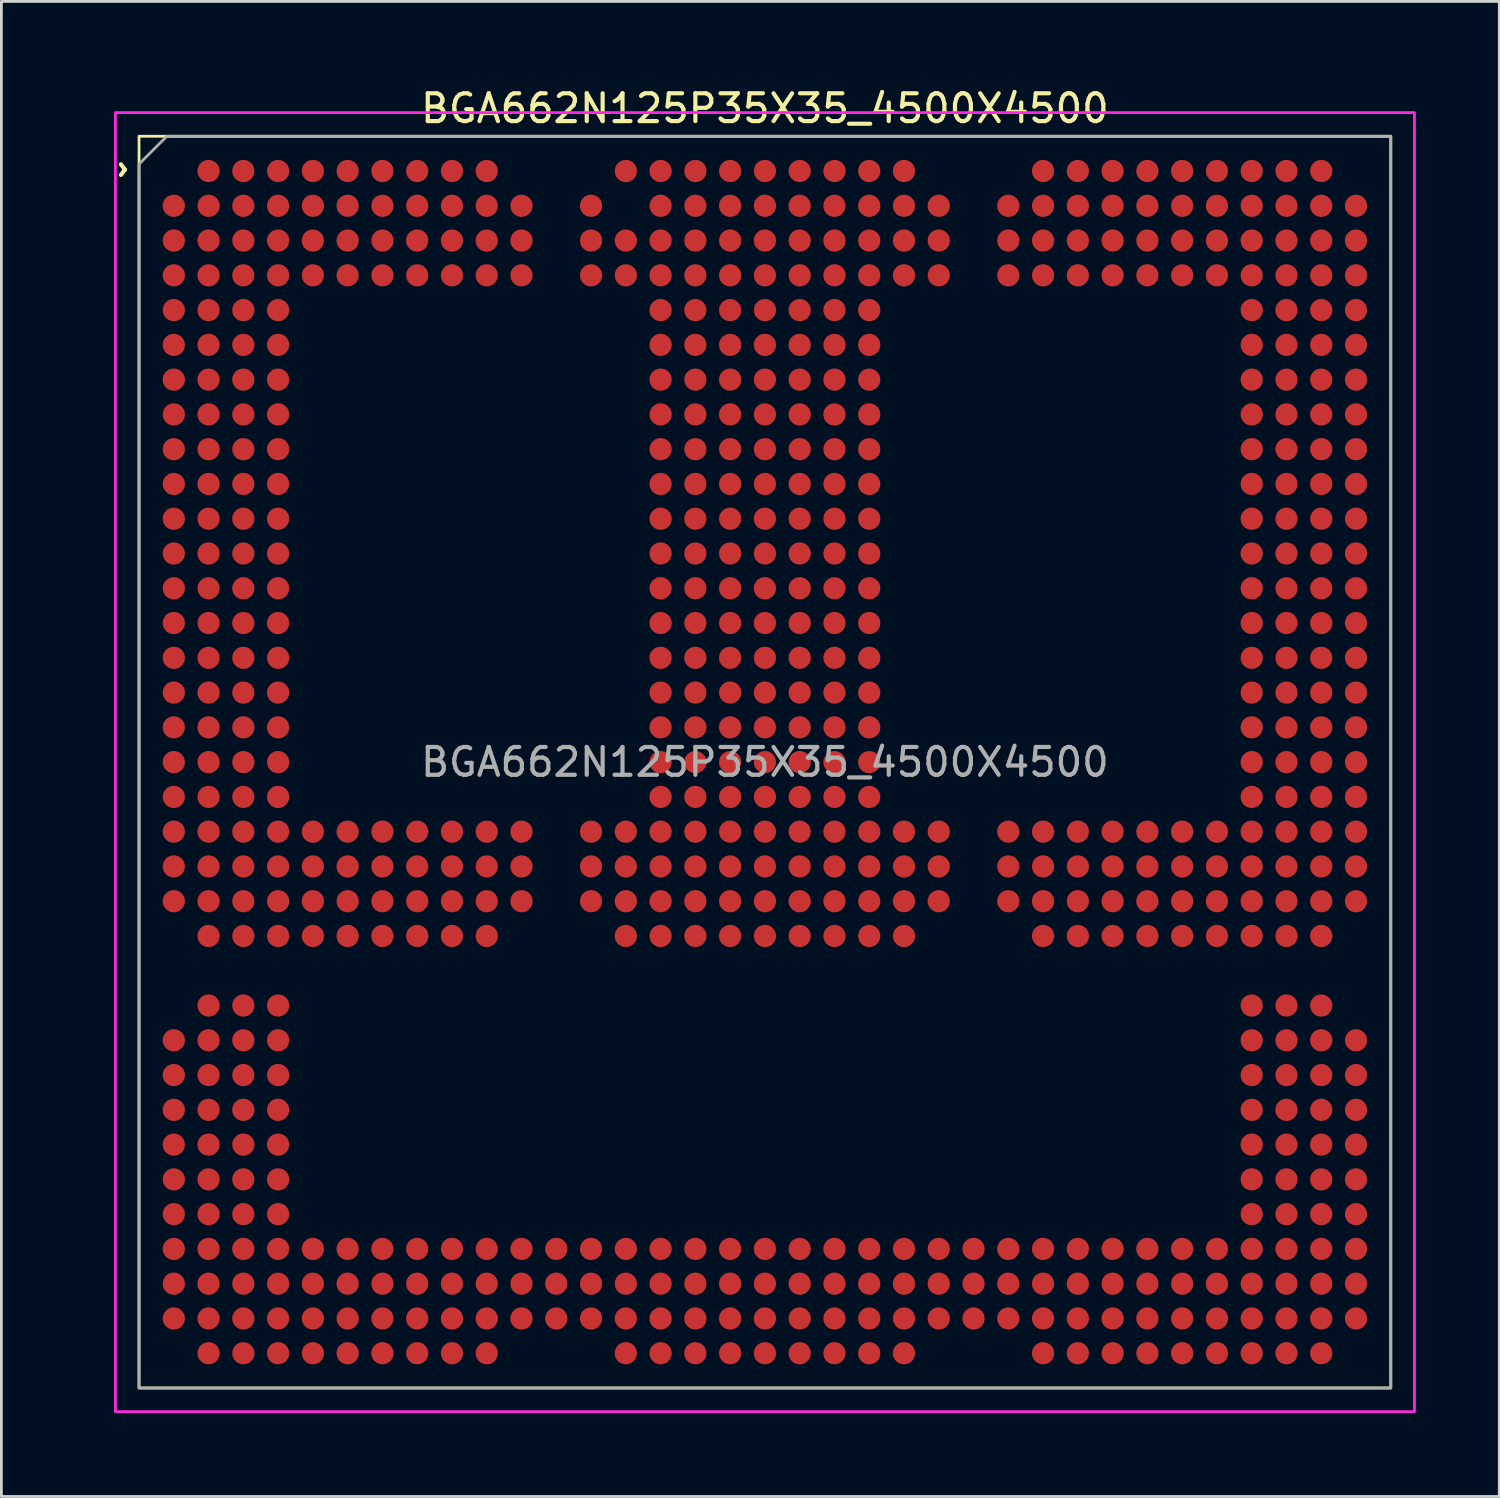
<source format=kicad_pcb>
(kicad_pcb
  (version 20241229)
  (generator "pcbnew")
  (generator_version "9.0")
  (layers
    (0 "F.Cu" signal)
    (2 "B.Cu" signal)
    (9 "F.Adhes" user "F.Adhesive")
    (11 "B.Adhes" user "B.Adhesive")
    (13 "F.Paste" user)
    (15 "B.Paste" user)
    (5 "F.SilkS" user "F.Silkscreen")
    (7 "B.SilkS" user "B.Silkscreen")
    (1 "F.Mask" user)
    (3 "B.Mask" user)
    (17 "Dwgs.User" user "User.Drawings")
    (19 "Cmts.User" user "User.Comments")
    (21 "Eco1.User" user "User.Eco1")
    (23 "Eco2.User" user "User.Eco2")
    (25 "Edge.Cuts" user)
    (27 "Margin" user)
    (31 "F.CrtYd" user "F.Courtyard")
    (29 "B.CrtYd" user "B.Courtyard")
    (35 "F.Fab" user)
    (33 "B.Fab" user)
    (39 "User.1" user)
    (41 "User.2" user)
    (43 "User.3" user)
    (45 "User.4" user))
  (footprint "BGA662N125P35X35_4500X4500"
    (layer "F.Cu")
    (at 24.448 24.348)
    (property "Reference" "BGA662N125P35X35_4500X4500" (at 0 -23.5 0) (layer "F.SilkS") (effects (font (size 1 1) (thickness 0.15))))
    (attr smd)
    (fp_rect (start -22.5 -22.5) (end 22.5 22.5) (stroke (width 0.1) (type default)) (fill no) (layer "F.SilkS"))
    (fp_poly (pts (xy 23.35 23.35) (xy 23.35 -23.35) (xy -23.35 -23.35) (xy -23.35 23.35)) (stroke (width 0.1) (type solid)) (fill no) (layer "F.CrtYd"))
    (fp_poly (pts (xy -22.5 22.5) (xy -22.5 -21.5) (xy -21.5 -22.5) (xy 22.5 -22.5) (xy 22.5 22.5)) (stroke (width 0.1) (type solid)) (fill no) (layer "F.Fab"))
    (fp_text user "^" (at -23.6 -21.3 270) (unlocked yes) (layer "F.SilkS") (effects (font (size 1 1) (thickness 0.15))))
    (fp_text user "${REFERENCE}" (at 0 0 0) (layer "F.Fab") (effects (font (size 1 1) (thickness 0.15))))
    (pad "A2" smd circle (at -20 -21.25) (size 0.8 0.8) (layers "F.Cu" "F.Mask" "F.Paste"))
    (pad "A3" smd circle (at -18.75 -21.25) (size 0.8 0.8) (layers "F.Cu" "F.Mask" "F.Paste"))
    (pad "A4" smd circle (at -17.5 -21.25) (size 0.8 0.8) (layers "F.Cu" "F.Mask" "F.Paste"))
    (pad "A5" smd circle (at -16.25 -21.25) (size 0.8 0.8) (layers "F.Cu" "F.Mask" "F.Paste"))
    (pad "A6" smd circle (at -15 -21.25) (size 0.8 0.8) (layers "F.Cu" "F.Mask" "F.Paste"))
    (pad "A7" smd circle (at -13.75 -21.25) (size 0.8 0.8) (layers "F.Cu" "F.Mask" "F.Paste"))
    (pad "A8" smd circle (at -12.5 -21.25) (size 0.8 0.8) (layers "F.Cu" "F.Mask" "F.Paste"))
    (pad "A9" smd circle (at -11.25 -21.25) (size 0.8 0.8) (layers "F.Cu" "F.Mask" "F.Paste"))
    (pad "A10" smd circle (at -10 -21.25) (size 0.8 0.8) (layers "F.Cu" "F.Mask" "F.Paste"))
    (pad "A14" smd circle (at -5 -21.25) (size 0.8 0.8) (layers "F.Cu" "F.Mask" "F.Paste"))
    (pad "A15" smd circle (at -3.75 -21.25) (size 0.8 0.8) (layers "F.Cu" "F.Mask" "F.Paste"))
    (pad "A16" smd circle (at -2.5 -21.25) (size 0.8 0.8) (layers "F.Cu" "F.Mask" "F.Paste"))
    (pad "A17" smd circle (at -1.25 -21.25) (size 0.8 0.8) (layers "F.Cu" "F.Mask" "F.Paste"))
    (pad "A18" smd circle (at 0 -21.25) (size 0.8 0.8) (layers "F.Cu" "F.Mask" "F.Paste"))
    (pad "A19" smd circle (at 1.25 -21.25) (size 0.8 0.8) (layers "F.Cu" "F.Mask" "F.Paste"))
    (pad "A20" smd circle (at 2.5 -21.25) (size 0.8 0.8) (layers "F.Cu" "F.Mask" "F.Paste"))
    (pad "A21" smd circle (at 3.75 -21.25) (size 0.8 0.8) (layers "F.Cu" "F.Mask" "F.Paste"))
    (pad "A22" smd circle (at 5 -21.25) (size 0.8 0.8) (layers "F.Cu" "F.Mask" "F.Paste"))
    (pad "A26" smd circle (at 10 -21.25) (size 0.8 0.8) (layers "F.Cu" "F.Mask" "F.Paste"))
    (pad "A27" smd circle (at 11.25 -21.25) (size 0.8 0.8) (layers "F.Cu" "F.Mask" "F.Paste"))
    (pad "A28" smd circle (at 12.5 -21.25) (size 0.8 0.8) (layers "F.Cu" "F.Mask" "F.Paste"))
    (pad "A29" smd circle (at 13.75 -21.25) (size 0.8 0.8) (layers "F.Cu" "F.Mask" "F.Paste"))
    (pad "A30" smd circle (at 15 -21.25) (size 0.8 0.8) (layers "F.Cu" "F.Mask" "F.Paste"))
    (pad "A31" smd circle (at 16.25 -21.25) (size 0.8 0.8) (layers "F.Cu" "F.Mask" "F.Paste"))
    (pad "A32" smd circle (at 17.5 -21.25) (size 0.8 0.8) (layers "F.Cu" "F.Mask" "F.Paste"))
    (pad "A33" smd circle (at 18.75 -21.25) (size 0.8 0.8) (layers "F.Cu" "F.Mask" "F.Paste"))
    (pad "A34" smd circle (at 20 -21.25) (size 0.8 0.8) (layers "F.Cu" "F.Mask" "F.Paste"))
    (pad "AA1" smd circle (at -21.25 3.75) (size 0.8 0.8) (layers "F.Cu" "F.Mask" "F.Paste"))
    (pad "AA2" smd circle (at -20 3.75) (size 0.8 0.8) (layers "F.Cu" "F.Mask" "F.Paste"))
    (pad "AA3" smd circle (at -18.75 3.75) (size 0.8 0.8) (layers "F.Cu" "F.Mask" "F.Paste"))
    (pad "AA4" smd circle (at -17.5 3.75) (size 0.8 0.8) (layers "F.Cu" "F.Mask" "F.Paste"))
    (pad "AA5" smd circle (at -16.25 3.75) (size 0.8 0.8) (layers "F.Cu" "F.Mask" "F.Paste"))
    (pad "AA6" smd circle (at -15 3.75) (size 0.8 0.8) (layers "F.Cu" "F.Mask" "F.Paste"))
    (pad "AA7" smd circle (at -13.75 3.75) (size 0.8 0.8) (layers "F.Cu" "F.Mask" "F.Paste"))
    (pad "AA8" smd circle (at -12.5 3.75) (size 0.8 0.8) (layers "F.Cu" "F.Mask" "F.Paste"))
    (pad "AA9" smd circle (at -11.25 3.75) (size 0.8 0.8) (layers "F.Cu" "F.Mask" "F.Paste"))
    (pad "AA10" smd circle (at -10 3.75) (size 0.8 0.8) (layers "F.Cu" "F.Mask" "F.Paste"))
    (pad "AA11" smd circle (at -8.75 3.75) (size 0.8 0.8) (layers "F.Cu" "F.Mask" "F.Paste"))
    (pad "AA13" smd circle (at -6.25 3.75) (size 0.8 0.8) (layers "F.Cu" "F.Mask" "F.Paste"))
    (pad "AA14" smd circle (at -5 3.75) (size 0.8 0.8) (layers "F.Cu" "F.Mask" "F.Paste"))
    (pad "AA15" smd circle (at -3.75 3.75) (size 0.8 0.8) (layers "F.Cu" "F.Mask" "F.Paste"))
    (pad "AA16" smd circle (at -2.5 3.75) (size 0.8 0.8) (layers "F.Cu" "F.Mask" "F.Paste"))
    (pad "AA17" smd circle (at -1.25 3.75) (size 0.8 0.8) (layers "F.Cu" "F.Mask" "F.Paste"))
    (pad "AA18" smd circle (at 0 3.75) (size 0.8 0.8) (layers "F.Cu" "F.Mask" "F.Paste"))
    (pad "AA19" smd circle (at 1.25 3.75) (size 0.8 0.8) (layers "F.Cu" "F.Mask" "F.Paste"))
    (pad "AA20" smd circle (at 2.5 3.75) (size 0.8 0.8) (layers "F.Cu" "F.Mask" "F.Paste"))
    (pad "AA21" smd circle (at 3.75 3.75) (size 0.8 0.8) (layers "F.Cu" "F.Mask" "F.Paste"))
    (pad "AA22" smd circle (at 5 3.75) (size 0.8 0.8) (layers "F.Cu" "F.Mask" "F.Paste"))
    (pad "AA23" smd circle (at 6.25 3.75) (size 0.8 0.8) (layers "F.Cu" "F.Mask" "F.Paste"))
    (pad "AA25" smd circle (at 8.75 3.75) (size 0.8 0.8) (layers "F.Cu" "F.Mask" "F.Paste"))
    (pad "AA26" smd circle (at 10 3.75) (size 0.8 0.8) (layers "F.Cu" "F.Mask" "F.Paste"))
    (pad "AA27" smd circle (at 11.25 3.75) (size 0.8 0.8) (layers "F.Cu" "F.Mask" "F.Paste"))
    (pad "AA28" smd circle (at 12.5 3.75) (size 0.8 0.8) (layers "F.Cu" "F.Mask" "F.Paste"))
    (pad "AA29" smd circle (at 13.75 3.75) (size 0.8 0.8) (layers "F.Cu" "F.Mask" "F.Paste"))
    (pad "AA30" smd circle (at 15 3.75) (size 0.8 0.8) (layers "F.Cu" "F.Mask" "F.Paste"))
    (pad "AA31" smd circle (at 16.25 3.75) (size 0.8 0.8) (layers "F.Cu" "F.Mask" "F.Paste"))
    (pad "AA32" smd circle (at 17.5 3.75) (size 0.8 0.8) (layers "F.Cu" "F.Mask" "F.Paste"))
    (pad "AA33" smd circle (at 18.75 3.75) (size 0.8 0.8) (layers "F.Cu" "F.Mask" "F.Paste"))
    (pad "AA34" smd circle (at 20 3.75) (size 0.8 0.8) (layers "F.Cu" "F.Mask" "F.Paste"))
    (pad "AA35" smd circle (at 21.25 3.75) (size 0.8 0.8) (layers "F.Cu" "F.Mask" "F.Paste"))
    (pad "AB1" smd circle (at -21.25 5) (size 0.8 0.8) (layers "F.Cu" "F.Mask" "F.Paste"))
    (pad "AB2" smd circle (at -20 5) (size 0.8 0.8) (layers "F.Cu" "F.Mask" "F.Paste"))
    (pad "AB3" smd circle (at -18.75 5) (size 0.8 0.8) (layers "F.Cu" "F.Mask" "F.Paste"))
    (pad "AB4" smd circle (at -17.5 5) (size 0.8 0.8) (layers "F.Cu" "F.Mask" "F.Paste"))
    (pad "AB5" smd circle (at -16.25 5) (size 0.8 0.8) (layers "F.Cu" "F.Mask" "F.Paste"))
    (pad "AB6" smd circle (at -15 5) (size 0.8 0.8) (layers "F.Cu" "F.Mask" "F.Paste"))
    (pad "AB7" smd circle (at -13.75 5) (size 0.8 0.8) (layers "F.Cu" "F.Mask" "F.Paste"))
    (pad "AB8" smd circle (at -12.5 5) (size 0.8 0.8) (layers "F.Cu" "F.Mask" "F.Paste"))
    (pad "AB9" smd circle (at -11.25 5) (size 0.8 0.8) (layers "F.Cu" "F.Mask" "F.Paste"))
    (pad "AB10" smd circle (at -10 5) (size 0.8 0.8) (layers "F.Cu" "F.Mask" "F.Paste"))
    (pad "AB11" smd circle (at -8.75 5) (size 0.8 0.8) (layers "F.Cu" "F.Mask" "F.Paste"))
    (pad "AB13" smd circle (at -6.25 5) (size 0.8 0.8) (layers "F.Cu" "F.Mask" "F.Paste"))
    (pad "AB14" smd circle (at -5 5) (size 0.8 0.8) (layers "F.Cu" "F.Mask" "F.Paste"))
    (pad "AB15" smd circle (at -3.75 5) (size 0.8 0.8) (layers "F.Cu" "F.Mask" "F.Paste"))
    (pad "AB16" smd circle (at -2.5 5) (size 0.8 0.8) (layers "F.Cu" "F.Mask" "F.Paste"))
    (pad "AB17" smd circle (at -1.25 5) (size 0.8 0.8) (layers "F.Cu" "F.Mask" "F.Paste"))
    (pad "AB18" smd circle (at 0 5) (size 0.8 0.8) (layers "F.Cu" "F.Mask" "F.Paste"))
    (pad "AB19" smd circle (at 1.25 5) (size 0.8 0.8) (layers "F.Cu" "F.Mask" "F.Paste"))
    (pad "AB20" smd circle (at 2.5 5) (size 0.8 0.8) (layers "F.Cu" "F.Mask" "F.Paste"))
    (pad "AB21" smd circle (at 3.75 5) (size 0.8 0.8) (layers "F.Cu" "F.Mask" "F.Paste"))
    (pad "AB22" smd circle (at 5 5) (size 0.8 0.8) (layers "F.Cu" "F.Mask" "F.Paste"))
    (pad "AB23" smd circle (at 6.25 5) (size 0.8 0.8) (layers "F.Cu" "F.Mask" "F.Paste"))
    (pad "AB25" smd circle (at 8.75 5) (size 0.8 0.8) (layers "F.Cu" "F.Mask" "F.Paste"))
    (pad "AB26" smd circle (at 10 5) (size 0.8 0.8) (layers "F.Cu" "F.Mask" "F.Paste"))
    (pad "AB27" smd circle (at 11.25 5) (size 0.8 0.8) (layers "F.Cu" "F.Mask" "F.Paste"))
    (pad "AB28" smd circle (at 12.5 5) (size 0.8 0.8) (layers "F.Cu" "F.Mask" "F.Paste"))
    (pad "AB29" smd circle (at 13.75 5) (size 0.8 0.8) (layers "F.Cu" "F.Mask" "F.Paste"))
    (pad "AB30" smd circle (at 15 5) (size 0.8 0.8) (layers "F.Cu" "F.Mask" "F.Paste"))
    (pad "AB31" smd circle (at 16.25 5) (size 0.8 0.8) (layers "F.Cu" "F.Mask" "F.Paste"))
    (pad "AB32" smd circle (at 17.5 5) (size 0.8 0.8) (layers "F.Cu" "F.Mask" "F.Paste"))
    (pad "AB33" smd circle (at 18.75 5) (size 0.8 0.8) (layers "F.Cu" "F.Mask" "F.Paste"))
    (pad "AB34" smd circle (at 20 5) (size 0.8 0.8) (layers "F.Cu" "F.Mask" "F.Paste"))
    (pad "AB35" smd circle (at 21.25 5) (size 0.8 0.8) (layers "F.Cu" "F.Mask" "F.Paste"))
    (pad "AC2" smd circle (at -20 6.25) (size 0.8 0.8) (layers "F.Cu" "F.Mask" "F.Paste"))
    (pad "AC3" smd circle (at -18.75 6.25) (size 0.8 0.8) (layers "F.Cu" "F.Mask" "F.Paste"))
    (pad "AC4" smd circle (at -17.5 6.25) (size 0.8 0.8) (layers "F.Cu" "F.Mask" "F.Paste"))
    (pad "AC5" smd circle (at -16.25 6.25) (size 0.8 0.8) (layers "F.Cu" "F.Mask" "F.Paste"))
    (pad "AC6" smd circle (at -15 6.25) (size 0.8 0.8) (layers "F.Cu" "F.Mask" "F.Paste"))
    (pad "AC7" smd circle (at -13.75 6.25) (size 0.8 0.8) (layers "F.Cu" "F.Mask" "F.Paste"))
    (pad "AC8" smd circle (at -12.5 6.25) (size 0.8 0.8) (layers "F.Cu" "F.Mask" "F.Paste"))
    (pad "AC9" smd circle (at -11.25 6.25) (size 0.8 0.8) (layers "F.Cu" "F.Mask" "F.Paste"))
    (pad "AC10" smd circle (at -10 6.25) (size 0.8 0.8) (layers "F.Cu" "F.Mask" "F.Paste"))
    (pad "AC14" smd circle (at -5 6.25) (size 0.8 0.8) (layers "F.Cu" "F.Mask" "F.Paste"))
    (pad "AC15" smd circle (at -3.75 6.25) (size 0.8 0.8) (layers "F.Cu" "F.Mask" "F.Paste"))
    (pad "AC16" smd circle (at -2.5 6.25) (size 0.8 0.8) (layers "F.Cu" "F.Mask" "F.Paste"))
    (pad "AC17" smd circle (at -1.25 6.25) (size 0.8 0.8) (layers "F.Cu" "F.Mask" "F.Paste"))
    (pad "AC18" smd circle (at 0 6.25) (size 0.8 0.8) (layers "F.Cu" "F.Mask" "F.Paste"))
    (pad "AC19" smd circle (at 1.25 6.25) (size 0.8 0.8) (layers "F.Cu" "F.Mask" "F.Paste"))
    (pad "AC20" smd circle (at 2.5 6.25) (size 0.8 0.8) (layers "F.Cu" "F.Mask" "F.Paste"))
    (pad "AC21" smd circle (at 3.75 6.25) (size 0.8 0.8) (layers "F.Cu" "F.Mask" "F.Paste"))
    (pad "AC22" smd circle (at 5 6.25) (size 0.8 0.8) (layers "F.Cu" "F.Mask" "F.Paste"))
    (pad "AC26" smd circle (at 10 6.25) (size 0.8 0.8) (layers "F.Cu" "F.Mask" "F.Paste"))
    (pad "AC27" smd circle (at 11.25 6.25) (size 0.8 0.8) (layers "F.Cu" "F.Mask" "F.Paste"))
    (pad "AC28" smd circle (at 12.5 6.25) (size 0.8 0.8) (layers "F.Cu" "F.Mask" "F.Paste"))
    (pad "AC29" smd circle (at 13.75 6.25) (size 0.8 0.8) (layers "F.Cu" "F.Mask" "F.Paste"))
    (pad "AC30" smd circle (at 15 6.25) (size 0.8 0.8) (layers "F.Cu" "F.Mask" "F.Paste"))
    (pad "AC31" smd circle (at 16.25 6.25) (size 0.8 0.8) (layers "F.Cu" "F.Mask" "F.Paste"))
    (pad "AC32" smd circle (at 17.5 6.25) (size 0.8 0.8) (layers "F.Cu" "F.Mask" "F.Paste"))
    (pad "AC33" smd circle (at 18.75 6.25) (size 0.8 0.8) (layers "F.Cu" "F.Mask" "F.Paste"))
    (pad "AC34" smd circle (at 20 6.25) (size 0.8 0.8) (layers "F.Cu" "F.Mask" "F.Paste"))
    (pad "AE2" smd circle (at -20 8.75) (size 0.8 0.8) (layers "F.Cu" "F.Mask" "F.Paste"))
    (pad "AE3" smd circle (at -18.75 8.75) (size 0.8 0.8) (layers "F.Cu" "F.Mask" "F.Paste"))
    (pad "AE4" smd circle (at -17.5 8.75) (size 0.8 0.8) (layers "F.Cu" "F.Mask" "F.Paste"))
    (pad "AE32" smd circle (at 17.5 8.75) (size 0.8 0.8) (layers "F.Cu" "F.Mask" "F.Paste"))
    (pad "AE33" smd circle (at 18.75 8.75) (size 0.8 0.8) (layers "F.Cu" "F.Mask" "F.Paste"))
    (pad "AE34" smd circle (at 20 8.75) (size 0.8 0.8) (layers "F.Cu" "F.Mask" "F.Paste"))
    (pad "AF1" smd circle (at -21.25 10) (size 0.8 0.8) (layers "F.Cu" "F.Mask" "F.Paste"))
    (pad "AF2" smd circle (at -20 10) (size 0.8 0.8) (layers "F.Cu" "F.Mask" "F.Paste"))
    (pad "AF3" smd circle (at -18.75 10) (size 0.8 0.8) (layers "F.Cu" "F.Mask" "F.Paste"))
    (pad "AF4" smd circle (at -17.5 10) (size 0.8 0.8) (layers "F.Cu" "F.Mask" "F.Paste"))
    (pad "AF32" smd circle (at 17.5 10) (size 0.8 0.8) (layers "F.Cu" "F.Mask" "F.Paste"))
    (pad "AF33" smd circle (at 18.75 10) (size 0.8 0.8) (layers "F.Cu" "F.Mask" "F.Paste"))
    (pad "AF34" smd circle (at 20 10) (size 0.8 0.8) (layers "F.Cu" "F.Mask" "F.Paste"))
    (pad "AF35" smd circle (at 21.25 10) (size 0.8 0.8) (layers "F.Cu" "F.Mask" "F.Paste"))
    (pad "AG1" smd circle (at -21.25 11.25) (size 0.8 0.8) (layers "F.Cu" "F.Mask" "F.Paste"))
    (pad "AG2" smd circle (at -20 11.25) (size 0.8 0.8) (layers "F.Cu" "F.Mask" "F.Paste"))
    (pad "AG3" smd circle (at -18.75 11.25) (size 0.8 0.8) (layers "F.Cu" "F.Mask" "F.Paste"))
    (pad "AG4" smd circle (at -17.5 11.25) (size 0.8 0.8) (layers "F.Cu" "F.Mask" "F.Paste"))
    (pad "AG32" smd circle (at 17.5 11.25) (size 0.8 0.8) (layers "F.Cu" "F.Mask" "F.Paste"))
    (pad "AG33" smd circle (at 18.75 11.25) (size 0.8 0.8) (layers "F.Cu" "F.Mask" "F.Paste"))
    (pad "AG34" smd circle (at 20 11.25) (size 0.8 0.8) (layers "F.Cu" "F.Mask" "F.Paste"))
    (pad "AG35" smd circle (at 21.25 11.25) (size 0.8 0.8) (layers "F.Cu" "F.Mask" "F.Paste"))
    (pad "AH1" smd circle (at -21.25 12.5) (size 0.8 0.8) (layers "F.Cu" "F.Mask" "F.Paste"))
    (pad "AH2" smd circle (at -20 12.5) (size 0.8 0.8) (layers "F.Cu" "F.Mask" "F.Paste"))
    (pad "AH3" smd circle (at -18.75 12.5) (size 0.8 0.8) (layers "F.Cu" "F.Mask" "F.Paste"))
    (pad "AH4" smd circle (at -17.5 12.5) (size 0.8 0.8) (layers "F.Cu" "F.Mask" "F.Paste"))
    (pad "AH32" smd circle (at 17.5 12.5) (size 0.8 0.8) (layers "F.Cu" "F.Mask" "F.Paste"))
    (pad "AH33" smd circle (at 18.75 12.5) (size 0.8 0.8) (layers "F.Cu" "F.Mask" "F.Paste"))
    (pad "AH34" smd circle (at 20 12.5) (size 0.8 0.8) (layers "F.Cu" "F.Mask" "F.Paste"))
    (pad "AH35" smd circle (at 21.25 12.5) (size 0.8 0.8) (layers "F.Cu" "F.Mask" "F.Paste"))
    (pad "AJ1" smd circle (at -21.25 13.75) (size 0.8 0.8) (layers "F.Cu" "F.Mask" "F.Paste"))
    (pad "AJ2" smd circle (at -20 13.75) (size 0.8 0.8) (layers "F.Cu" "F.Mask" "F.Paste"))
    (pad "AJ3" smd circle (at -18.75 13.75) (size 0.8 0.8) (layers "F.Cu" "F.Mask" "F.Paste"))
    (pad "AJ4" smd circle (at -17.5 13.75) (size 0.8 0.8) (layers "F.Cu" "F.Mask" "F.Paste"))
    (pad "AJ32" smd circle (at 17.5 13.75) (size 0.8 0.8) (layers "F.Cu" "F.Mask" "F.Paste"))
    (pad "AJ33" smd circle (at 18.75 13.75) (size 0.8 0.8) (layers "F.Cu" "F.Mask" "F.Paste"))
    (pad "AJ34" smd circle (at 20 13.75) (size 0.8 0.8) (layers "F.Cu" "F.Mask" "F.Paste"))
    (pad "AJ35" smd circle (at 21.25 13.75) (size 0.8 0.8) (layers "F.Cu" "F.Mask" "F.Paste"))
    (pad "AK1" smd circle (at -21.25 15) (size 0.8 0.8) (layers "F.Cu" "F.Mask" "F.Paste"))
    (pad "AK2" smd circle (at -20 15) (size 0.8 0.8) (layers "F.Cu" "F.Mask" "F.Paste"))
    (pad "AK3" smd circle (at -18.75 15) (size 0.8 0.8) (layers "F.Cu" "F.Mask" "F.Paste"))
    (pad "AK4" smd circle (at -17.5 15) (size 0.8 0.8) (layers "F.Cu" "F.Mask" "F.Paste"))
    (pad "AK32" smd circle (at 17.5 15) (size 0.8 0.8) (layers "F.Cu" "F.Mask" "F.Paste"))
    (pad "AK33" smd circle (at 18.75 15) (size 0.8 0.8) (layers "F.Cu" "F.Mask" "F.Paste"))
    (pad "AK34" smd circle (at 20 15) (size 0.8 0.8) (layers "F.Cu" "F.Mask" "F.Paste"))
    (pad "AK35" smd circle (at 21.25 15) (size 0.8 0.8) (layers "F.Cu" "F.Mask" "F.Paste"))
    (pad "AL1" smd circle (at -21.25 16.25) (size 0.8 0.8) (layers "F.Cu" "F.Mask" "F.Paste"))
    (pad "AL2" smd circle (at -20 16.25) (size 0.8 0.8) (layers "F.Cu" "F.Mask" "F.Paste"))
    (pad "AL3" smd circle (at -18.75 16.25) (size 0.8 0.8) (layers "F.Cu" "F.Mask" "F.Paste"))
    (pad "AL4" smd circle (at -17.5 16.25) (size 0.8 0.8) (layers "F.Cu" "F.Mask" "F.Paste"))
    (pad "AL32" smd circle (at 17.5 16.25) (size 0.8 0.8) (layers "F.Cu" "F.Mask" "F.Paste"))
    (pad "AL33" smd circle (at 18.75 16.25) (size 0.8 0.8) (layers "F.Cu" "F.Mask" "F.Paste"))
    (pad "AL34" smd circle (at 20 16.25) (size 0.8 0.8) (layers "F.Cu" "F.Mask" "F.Paste"))
    (pad "AL35" smd circle (at 21.25 16.25) (size 0.8 0.8) (layers "F.Cu" "F.Mask" "F.Paste"))
    (pad "AM1" smd circle (at -21.25 17.5) (size 0.8 0.8) (layers "F.Cu" "F.Mask" "F.Paste"))
    (pad "AM2" smd circle (at -20 17.5) (size 0.8 0.8) (layers "F.Cu" "F.Mask" "F.Paste"))
    (pad "AM3" smd circle (at -18.75 17.5) (size 0.8 0.8) (layers "F.Cu" "F.Mask" "F.Paste"))
    (pad "AM4" smd circle (at -17.5 17.5) (size 0.8 0.8) (layers "F.Cu" "F.Mask" "F.Paste"))
    (pad "AM5" smd circle (at -16.25 17.5) (size 0.8 0.8) (layers "F.Cu" "F.Mask" "F.Paste"))
    (pad "AM6" smd circle (at -15 17.5) (size 0.8 0.8) (layers "F.Cu" "F.Mask" "F.Paste"))
    (pad "AM7" smd circle (at -13.75 17.5) (size 0.8 0.8) (layers "F.Cu" "F.Mask" "F.Paste"))
    (pad "AM8" smd circle (at -12.5 17.5) (size 0.8 0.8) (layers "F.Cu" "F.Mask" "F.Paste"))
    (pad "AM9" smd circle (at -11.25 17.5) (size 0.8 0.8) (layers "F.Cu" "F.Mask" "F.Paste"))
    (pad "AM10" smd circle (at -10 17.5) (size 0.8 0.8) (layers "F.Cu" "F.Mask" "F.Paste"))
    (pad "AM11" smd circle (at -8.75 17.5) (size 0.8 0.8) (layers "F.Cu" "F.Mask" "F.Paste"))
    (pad "AM12" smd circle (at -7.5 17.5) (size 0.8 0.8) (layers "F.Cu" "F.Mask" "F.Paste"))
    (pad "AM13" smd circle (at -6.25 17.5) (size 0.8 0.8) (layers "F.Cu" "F.Mask" "F.Paste"))
    (pad "AM14" smd circle (at -5 17.5) (size 0.8 0.8) (layers "F.Cu" "F.Mask" "F.Paste"))
    (pad "AM15" smd circle (at -3.75 17.5) (size 0.8 0.8) (layers "F.Cu" "F.Mask" "F.Paste"))
    (pad "AM16" smd circle (at -2.5 17.5) (size 0.8 0.8) (layers "F.Cu" "F.Mask" "F.Paste"))
    (pad "AM17" smd circle (at -1.25 17.5) (size 0.8 0.8) (layers "F.Cu" "F.Mask" "F.Paste"))
    (pad "AM18" smd circle (at 0 17.5) (size 0.8 0.8) (layers "F.Cu" "F.Mask" "F.Paste"))
    (pad "AM19" smd circle (at 1.25 17.5) (size 0.8 0.8) (layers "F.Cu" "F.Mask" "F.Paste"))
    (pad "AM20" smd circle (at 2.5 17.5) (size 0.8 0.8) (layers "F.Cu" "F.Mask" "F.Paste"))
    (pad "AM21" smd circle (at 3.75 17.5) (size 0.8 0.8) (layers "F.Cu" "F.Mask" "F.Paste"))
    (pad "AM22" smd circle (at 5 17.5) (size 0.8 0.8) (layers "F.Cu" "F.Mask" "F.Paste"))
    (pad "AM23" smd circle (at 6.25 17.5) (size 0.8 0.8) (layers "F.Cu" "F.Mask" "F.Paste"))
    (pad "AM24" smd circle (at 7.5 17.5) (size 0.8 0.8) (layers "F.Cu" "F.Mask" "F.Paste"))
    (pad "AM25" smd circle (at 8.75 17.5) (size 0.8 0.8) (layers "F.Cu" "F.Mask" "F.Paste"))
    (pad "AM26" smd circle (at 10 17.5) (size 0.8 0.8) (layers "F.Cu" "F.Mask" "F.Paste"))
    (pad "AM27" smd circle (at 11.25 17.5) (size 0.8 0.8) (layers "F.Cu" "F.Mask" "F.Paste"))
    (pad "AM28" smd circle (at 12.5 17.5) (size 0.8 0.8) (layers "F.Cu" "F.Mask" "F.Paste"))
    (pad "AM29" smd circle (at 13.75 17.5) (size 0.8 0.8) (layers "F.Cu" "F.Mask" "F.Paste"))
    (pad "AM30" smd circle (at 15 17.5) (size 0.8 0.8) (layers "F.Cu" "F.Mask" "F.Paste"))
    (pad "AM31" smd circle (at 16.25 17.5) (size 0.8 0.8) (layers "F.Cu" "F.Mask" "F.Paste"))
    (pad "AM32" smd circle (at 17.5 17.5) (size 0.8 0.8) (layers "F.Cu" "F.Mask" "F.Paste"))
    (pad "AM33" smd circle (at 18.75 17.5) (size 0.8 0.8) (layers "F.Cu" "F.Mask" "F.Paste"))
    (pad "AM34" smd circle (at 20 17.5) (size 0.8 0.8) (layers "F.Cu" "F.Mask" "F.Paste"))
    (pad "AM35" smd circle (at 21.25 17.5) (size 0.8 0.8) (layers "F.Cu" "F.Mask" "F.Paste"))
    (pad "AN1" smd circle (at -21.25 18.75) (size 0.8 0.8) (layers "F.Cu" "F.Mask" "F.Paste"))
    (pad "AN2" smd circle (at -20 18.75) (size 0.8 0.8) (layers "F.Cu" "F.Mask" "F.Paste"))
    (pad "AN3" smd circle (at -18.75 18.75) (size 0.8 0.8) (layers "F.Cu" "F.Mask" "F.Paste"))
    (pad "AN4" smd circle (at -17.5 18.75) (size 0.8 0.8) (layers "F.Cu" "F.Mask" "F.Paste"))
    (pad "AN5" smd circle (at -16.25 18.75) (size 0.8 0.8) (layers "F.Cu" "F.Mask" "F.Paste"))
    (pad "AN6" smd circle (at -15 18.75) (size 0.8 0.8) (layers "F.Cu" "F.Mask" "F.Paste"))
    (pad "AN7" smd circle (at -13.75 18.75) (size 0.8 0.8) (layers "F.Cu" "F.Mask" "F.Paste"))
    (pad "AN8" smd circle (at -12.5 18.75) (size 0.8 0.8) (layers "F.Cu" "F.Mask" "F.Paste"))
    (pad "AN9" smd circle (at -11.25 18.75) (size 0.8 0.8) (layers "F.Cu" "F.Mask" "F.Paste"))
    (pad "AN10" smd circle (at -10 18.75) (size 0.8 0.8) (layers "F.Cu" "F.Mask" "F.Paste"))
    (pad "AN11" smd circle (at -8.75 18.75) (size 0.8 0.8) (layers "F.Cu" "F.Mask" "F.Paste"))
    (pad "AN12" smd circle (at -7.5 18.75) (size 0.8 0.8) (layers "F.Cu" "F.Mask" "F.Paste"))
    (pad "AN13" smd circle (at -6.25 18.75) (size 0.8 0.8) (layers "F.Cu" "F.Mask" "F.Paste"))
    (pad "AN14" smd circle (at -5 18.75) (size 0.8 0.8) (layers "F.Cu" "F.Mask" "F.Paste"))
    (pad "AN15" smd circle (at -3.75 18.75) (size 0.8 0.8) (layers "F.Cu" "F.Mask" "F.Paste"))
    (pad "AN16" smd circle (at -2.5 18.75) (size 0.8 0.8) (layers "F.Cu" "F.Mask" "F.Paste"))
    (pad "AN17" smd circle (at -1.25 18.75) (size 0.8 0.8) (layers "F.Cu" "F.Mask" "F.Paste"))
    (pad "AN18" smd circle (at 0 18.75) (size 0.8 0.8) (layers "F.Cu" "F.Mask" "F.Paste"))
    (pad "AN19" smd circle (at 1.25 18.75) (size 0.8 0.8) (layers "F.Cu" "F.Mask" "F.Paste"))
    (pad "AN20" smd circle (at 2.5 18.75) (size 0.8 0.8) (layers "F.Cu" "F.Mask" "F.Paste"))
    (pad "AN21" smd circle (at 3.75 18.75) (size 0.8 0.8) (layers "F.Cu" "F.Mask" "F.Paste"))
    (pad "AN22" smd circle (at 5 18.75) (size 0.8 0.8) (layers "F.Cu" "F.Mask" "F.Paste"))
    (pad "AN23" smd circle (at 6.25 18.75) (size 0.8 0.8) (layers "F.Cu" "F.Mask" "F.Paste"))
    (pad "AN24" smd circle (at 7.5 18.75) (size 0.8 0.8) (layers "F.Cu" "F.Mask" "F.Paste"))
    (pad "AN25" smd circle (at 8.75 18.75) (size 0.8 0.8) (layers "F.Cu" "F.Mask" "F.Paste"))
    (pad "AN26" smd circle (at 10 18.75) (size 0.8 0.8) (layers "F.Cu" "F.Mask" "F.Paste"))
    (pad "AN27" smd circle (at 11.25 18.75) (size 0.8 0.8) (layers "F.Cu" "F.Mask" "F.Paste"))
    (pad "AN28" smd circle (at 12.5 18.75) (size 0.8 0.8) (layers "F.Cu" "F.Mask" "F.Paste"))
    (pad "AN29" smd circle (at 13.75 18.75) (size 0.8 0.8) (layers "F.Cu" "F.Mask" "F.Paste"))
    (pad "AN30" smd circle (at 15 18.75) (size 0.8 0.8) (layers "F.Cu" "F.Mask" "F.Paste"))
    (pad "AN31" smd circle (at 16.25 18.75) (size 0.8 0.8) (layers "F.Cu" "F.Mask" "F.Paste"))
    (pad "AN32" smd circle (at 17.5 18.75) (size 0.8 0.8) (layers "F.Cu" "F.Mask" "F.Paste"))
    (pad "AN33" smd circle (at 18.75 18.75) (size 0.8 0.8) (layers "F.Cu" "F.Mask" "F.Paste"))
    (pad "AN34" smd circle (at 20 18.75) (size 0.8 0.8) (layers "F.Cu" "F.Mask" "F.Paste"))
    (pad "AN35" smd circle (at 21.25 18.75) (size 0.8 0.8) (layers "F.Cu" "F.Mask" "F.Paste"))
    (pad "AP1" smd circle (at -21.25 20) (size 0.8 0.8) (layers "F.Cu" "F.Mask" "F.Paste"))
    (pad "AP2" smd circle (at -20 20) (size 0.8 0.8) (layers "F.Cu" "F.Mask" "F.Paste"))
    (pad "AP3" smd circle (at -18.75 20) (size 0.8 0.8) (layers "F.Cu" "F.Mask" "F.Paste"))
    (pad "AP4" smd circle (at -17.5 20) (size 0.8 0.8) (layers "F.Cu" "F.Mask" "F.Paste"))
    (pad "AP5" smd circle (at -16.25 20) (size 0.8 0.8) (layers "F.Cu" "F.Mask" "F.Paste"))
    (pad "AP6" smd circle (at -15 20) (size 0.8 0.8) (layers "F.Cu" "F.Mask" "F.Paste"))
    (pad "AP7" smd circle (at -13.75 20) (size 0.8 0.8) (layers "F.Cu" "F.Mask" "F.Paste"))
    (pad "AP8" smd circle (at -12.5 20) (size 0.8 0.8) (layers "F.Cu" "F.Mask" "F.Paste"))
    (pad "AP9" smd circle (at -11.25 20) (size 0.8 0.8) (layers "F.Cu" "F.Mask" "F.Paste"))
    (pad "AP10" smd circle (at -10 20) (size 0.8 0.8) (layers "F.Cu" "F.Mask" "F.Paste"))
    (pad "AP11" smd circle (at -8.75 20) (size 0.8 0.8) (layers "F.Cu" "F.Mask" "F.Paste"))
    (pad "AP12" smd circle (at -7.5 20) (size 0.8 0.8) (layers "F.Cu" "F.Mask" "F.Paste"))
    (pad "AP13" smd circle (at -6.25 20) (size 0.8 0.8) (layers "F.Cu" "F.Mask" "F.Paste"))
    (pad "AP14" smd circle (at -5 20) (size 0.8 0.8) (layers "F.Cu" "F.Mask" "F.Paste"))
    (pad "AP15" smd circle (at -3.75 20) (size 0.8 0.8) (layers "F.Cu" "F.Mask" "F.Paste"))
    (pad "AP16" smd circle (at -2.5 20) (size 0.8 0.8) (layers "F.Cu" "F.Mask" "F.Paste"))
    (pad "AP17" smd circle (at -1.25 20) (size 0.8 0.8) (layers "F.Cu" "F.Mask" "F.Paste"))
    (pad "AP18" smd circle (at 0 20) (size 0.8 0.8) (layers "F.Cu" "F.Mask" "F.Paste"))
    (pad "AP19" smd circle (at 1.25 20) (size 0.8 0.8) (layers "F.Cu" "F.Mask" "F.Paste"))
    (pad "AP20" smd circle (at 2.5 20) (size 0.8 0.8) (layers "F.Cu" "F.Mask" "F.Paste"))
    (pad "AP21" smd circle (at 3.75 20) (size 0.8 0.8) (layers "F.Cu" "F.Mask" "F.Paste"))
    (pad "AP22" smd circle (at 5 20) (size 0.8 0.8) (layers "F.Cu" "F.Mask" "F.Paste"))
    (pad "AP23" smd circle (at 6.25 20) (size 0.8 0.8) (layers "F.Cu" "F.Mask" "F.Paste"))
    (pad "AP24" smd circle (at 7.5 20) (size 0.8 0.8) (layers "F.Cu" "F.Mask" "F.Paste"))
    (pad "AP25" smd circle (at 8.75 20) (size 0.8 0.8) (layers "F.Cu" "F.Mask" "F.Paste"))
    (pad "AP26" smd circle (at 10 20) (size 0.8 0.8) (layers "F.Cu" "F.Mask" "F.Paste"))
    (pad "AP27" smd circle (at 11.25 20) (size 0.8 0.8) (layers "F.Cu" "F.Mask" "F.Paste"))
    (pad "AP28" smd circle (at 12.5 20) (size 0.8 0.8) (layers "F.Cu" "F.Mask" "F.Paste"))
    (pad "AP29" smd circle (at 13.75 20) (size 0.8 0.8) (layers "F.Cu" "F.Mask" "F.Paste"))
    (pad "AP30" smd circle (at 15 20) (size 0.8 0.8) (layers "F.Cu" "F.Mask" "F.Paste"))
    (pad "AP31" smd circle (at 16.25 20) (size 0.8 0.8) (layers "F.Cu" "F.Mask" "F.Paste"))
    (pad "AP32" smd circle (at 17.5 20) (size 0.8 0.8) (layers "F.Cu" "F.Mask" "F.Paste"))
    (pad "AP33" smd circle (at 18.75 20) (size 0.8 0.8) (layers "F.Cu" "F.Mask" "F.Paste"))
    (pad "AP34" smd circle (at 20 20) (size 0.8 0.8) (layers "F.Cu" "F.Mask" "F.Paste"))
    (pad "AP35" smd circle (at 21.25 20) (size 0.8 0.8) (layers "F.Cu" "F.Mask" "F.Paste"))
    (pad "AR2" smd circle (at -20 21.25) (size 0.8 0.8) (layers "F.Cu" "F.Mask" "F.Paste"))
    (pad "AR3" smd circle (at -18.75 21.25) (size 0.8 0.8) (layers "F.Cu" "F.Mask" "F.Paste"))
    (pad "AR4" smd circle (at -17.5 21.25) (size 0.8 0.8) (layers "F.Cu" "F.Mask" "F.Paste"))
    (pad "AR5" smd circle (at -16.25 21.25) (size 0.8 0.8) (layers "F.Cu" "F.Mask" "F.Paste"))
    (pad "AR6" smd circle (at -15 21.25) (size 0.8 0.8) (layers "F.Cu" "F.Mask" "F.Paste"))
    (pad "AR7" smd circle (at -13.75 21.25) (size 0.8 0.8) (layers "F.Cu" "F.Mask" "F.Paste"))
    (pad "AR8" smd circle (at -12.5 21.25) (size 0.8 0.8) (layers "F.Cu" "F.Mask" "F.Paste"))
    (pad "AR9" smd circle (at -11.25 21.25) (size 0.8 0.8) (layers "F.Cu" "F.Mask" "F.Paste"))
    (pad "AR10" smd circle (at -10 21.25) (size 0.8 0.8) (layers "F.Cu" "F.Mask" "F.Paste"))
    (pad "AR14" smd circle (at -5 21.25) (size 0.8 0.8) (layers "F.Cu" "F.Mask" "F.Paste"))
    (pad "AR15" smd circle (at -3.75 21.25) (size 0.8 0.8) (layers "F.Cu" "F.Mask" "F.Paste"))
    (pad "AR16" smd circle (at -2.5 21.25) (size 0.8 0.8) (layers "F.Cu" "F.Mask" "F.Paste"))
    (pad "AR17" smd circle (at -1.25 21.25) (size 0.8 0.8) (layers "F.Cu" "F.Mask" "F.Paste"))
    (pad "AR18" smd circle (at 0 21.25) (size 0.8 0.8) (layers "F.Cu" "F.Mask" "F.Paste"))
    (pad "AR19" smd circle (at 1.25 21.25) (size 0.8 0.8) (layers "F.Cu" "F.Mask" "F.Paste"))
    (pad "AR20" smd circle (at 2.5 21.25) (size 0.8 0.8) (layers "F.Cu" "F.Mask" "F.Paste"))
    (pad "AR21" smd circle (at 3.75 21.25) (size 0.8 0.8) (layers "F.Cu" "F.Mask" "F.Paste"))
    (pad "AR22" smd circle (at 5 21.25) (size 0.8 0.8) (layers "F.Cu" "F.Mask" "F.Paste"))
    (pad "AR26" smd circle (at 10 21.25) (size 0.8 0.8) (layers "F.Cu" "F.Mask" "F.Paste"))
    (pad "AR27" smd circle (at 11.25 21.25) (size 0.8 0.8) (layers "F.Cu" "F.Mask" "F.Paste"))
    (pad "AR28" smd circle (at 12.5 21.25) (size 0.8 0.8) (layers "F.Cu" "F.Mask" "F.Paste"))
    (pad "AR29" smd circle (at 13.75 21.25) (size 0.8 0.8) (layers "F.Cu" "F.Mask" "F.Paste"))
    (pad "AR30" smd circle (at 15 21.25) (size 0.8 0.8) (layers "F.Cu" "F.Mask" "F.Paste"))
    (pad "AR31" smd circle (at 16.25 21.25) (size 0.8 0.8) (layers "F.Cu" "F.Mask" "F.Paste"))
    (pad "AR32" smd circle (at 17.5 21.25) (size 0.8 0.8) (layers "F.Cu" "F.Mask" "F.Paste"))
    (pad "AR33" smd circle (at 18.75 21.25) (size 0.8 0.8) (layers "F.Cu" "F.Mask" "F.Paste"))
    (pad "AR34" smd circle (at 20 21.25) (size 0.8 0.8) (layers "F.Cu" "F.Mask" "F.Paste"))
    (pad "B1" smd circle (at -21.25 -20) (size 0.8 0.8) (layers "F.Cu" "F.Mask" "F.Paste"))
    (pad "B2" smd circle (at -20 -20) (size 0.8 0.8) (layers "F.Cu" "F.Mask" "F.Paste"))
    (pad "B3" smd circle (at -18.75 -20) (size 0.8 0.8) (layers "F.Cu" "F.Mask" "F.Paste"))
    (pad "B4" smd circle (at -17.5 -20) (size 0.8 0.8) (layers "F.Cu" "F.Mask" "F.Paste"))
    (pad "B5" smd circle (at -16.25 -20) (size 0.8 0.8) (layers "F.Cu" "F.Mask" "F.Paste"))
    (pad "B6" smd circle (at -15 -20) (size 0.8 0.8) (layers "F.Cu" "F.Mask" "F.Paste"))
    (pad "B7" smd circle (at -13.75 -20) (size 0.8 0.8) (layers "F.Cu" "F.Mask" "F.Paste"))
    (pad "B8" smd circle (at -12.5 -20) (size 0.8 0.8) (layers "F.Cu" "F.Mask" "F.Paste"))
    (pad "B9" smd circle (at -11.25 -20) (size 0.8 0.8) (layers "F.Cu" "F.Mask" "F.Paste"))
    (pad "B10" smd circle (at -10 -20) (size 0.8 0.8) (layers "F.Cu" "F.Mask" "F.Paste"))
    (pad "B11" smd circle (at -8.75 -20) (size 0.8 0.8) (layers "F.Cu" "F.Mask" "F.Paste"))
    (pad "B13" smd circle (at -6.25 -20) (size 0.8 0.8) (layers "F.Cu" "F.Mask" "F.Paste"))
    (pad "B15" smd circle (at -3.75 -20) (size 0.8 0.8) (layers "F.Cu" "F.Mask" "F.Paste"))
    (pad "B16" smd circle (at -2.5 -20) (size 0.8 0.8) (layers "F.Cu" "F.Mask" "F.Paste"))
    (pad "B17" smd circle (at -1.25 -20) (size 0.8 0.8) (layers "F.Cu" "F.Mask" "F.Paste"))
    (pad "B18" smd circle (at 0 -20) (size 0.8 0.8) (layers "F.Cu" "F.Mask" "F.Paste"))
    (pad "B19" smd circle (at 1.25 -20) (size 0.8 0.8) (layers "F.Cu" "F.Mask" "F.Paste"))
    (pad "B20" smd circle (at 2.5 -20) (size 0.8 0.8) (layers "F.Cu" "F.Mask" "F.Paste"))
    (pad "B21" smd circle (at 3.75 -20) (size 0.8 0.8) (layers "F.Cu" "F.Mask" "F.Paste"))
    (pad "B22" smd circle (at 5 -20) (size 0.8 0.8) (layers "F.Cu" "F.Mask" "F.Paste"))
    (pad "B23" smd circle (at 6.25 -20) (size 0.8 0.8) (layers "F.Cu" "F.Mask" "F.Paste"))
    (pad "B25" smd circle (at 8.75 -20) (size 0.8 0.8) (layers "F.Cu" "F.Mask" "F.Paste"))
    (pad "B26" smd circle (at 10 -20) (size 0.8 0.8) (layers "F.Cu" "F.Mask" "F.Paste"))
    (pad "B27" smd circle (at 11.25 -20) (size 0.8 0.8) (layers "F.Cu" "F.Mask" "F.Paste"))
    (pad "B28" smd circle (at 12.5 -20) (size 0.8 0.8) (layers "F.Cu" "F.Mask" "F.Paste"))
    (pad "B29" smd circle (at 13.75 -20) (size 0.8 0.8) (layers "F.Cu" "F.Mask" "F.Paste"))
    (pad "B30" smd circle (at 15 -20) (size 0.8 0.8) (layers "F.Cu" "F.Mask" "F.Paste"))
    (pad "B31" smd circle (at 16.25 -20) (size 0.8 0.8) (layers "F.Cu" "F.Mask" "F.Paste"))
    (pad "B32" smd circle (at 17.5 -20) (size 0.8 0.8) (layers "F.Cu" "F.Mask" "F.Paste"))
    (pad "B33" smd circle (at 18.75 -20) (size 0.8 0.8) (layers "F.Cu" "F.Mask" "F.Paste"))
    (pad "B34" smd circle (at 20 -20) (size 0.8 0.8) (layers "F.Cu" "F.Mask" "F.Paste"))
    (pad "B35" smd circle (at 21.25 -20) (size 0.8 0.8) (layers "F.Cu" "F.Mask" "F.Paste"))
    (pad "C1" smd circle (at -21.25 -18.75) (size 0.8 0.8) (layers "F.Cu" "F.Mask" "F.Paste"))
    (pad "C2" smd circle (at -20 -18.75) (size 0.8 0.8) (layers "F.Cu" "F.Mask" "F.Paste"))
    (pad "C3" smd circle (at -18.75 -18.75) (size 0.8 0.8) (layers "F.Cu" "F.Mask" "F.Paste"))
    (pad "C4" smd circle (at -17.5 -18.75) (size 0.8 0.8) (layers "F.Cu" "F.Mask" "F.Paste"))
    (pad "C5" smd circle (at -16.25 -18.75) (size 0.8 0.8) (layers "F.Cu" "F.Mask" "F.Paste"))
    (pad "C6" smd circle (at -15 -18.75) (size 0.8 0.8) (layers "F.Cu" "F.Mask" "F.Paste"))
    (pad "C7" smd circle (at -13.75 -18.75) (size 0.8 0.8) (layers "F.Cu" "F.Mask" "F.Paste"))
    (pad "C8" smd circle (at -12.5 -18.75) (size 0.8 0.8) (layers "F.Cu" "F.Mask" "F.Paste"))
    (pad "C9" smd circle (at -11.25 -18.75) (size 0.8 0.8) (layers "F.Cu" "F.Mask" "F.Paste"))
    (pad "C10" smd circle (at -10 -18.75) (size 0.8 0.8) (layers "F.Cu" "F.Mask" "F.Paste"))
    (pad "C11" smd circle (at -8.75 -18.75) (size 0.8 0.8) (layers "F.Cu" "F.Mask" "F.Paste"))
    (pad "C13" smd circle (at -6.25 -18.75) (size 0.8 0.8) (layers "F.Cu" "F.Mask" "F.Paste"))
    (pad "C14" smd circle (at -5 -18.75) (size 0.8 0.8) (layers "F.Cu" "F.Mask" "F.Paste"))
    (pad "C15" smd circle (at -3.75 -18.75) (size 0.8 0.8) (layers "F.Cu" "F.Mask" "F.Paste"))
    (pad "C16" smd circle (at -2.5 -18.75) (size 0.8 0.8) (layers "F.Cu" "F.Mask" "F.Paste"))
    (pad "C17" smd circle (at -1.25 -18.75) (size 0.8 0.8) (layers "F.Cu" "F.Mask" "F.Paste"))
    (pad "C18" smd circle (at 0 -18.75) (size 0.8 0.8) (layers "F.Cu" "F.Mask" "F.Paste"))
    (pad "C19" smd circle (at 1.25 -18.75) (size 0.8 0.8) (layers "F.Cu" "F.Mask" "F.Paste"))
    (pad "C20" smd circle (at 2.5 -18.75) (size 0.8 0.8) (layers "F.Cu" "F.Mask" "F.Paste"))
    (pad "C21" smd circle (at 3.75 -18.75) (size 0.8 0.8) (layers "F.Cu" "F.Mask" "F.Paste"))
    (pad "C22" smd circle (at 5 -18.75) (size 0.8 0.8) (layers "F.Cu" "F.Mask" "F.Paste"))
    (pad "C23" smd circle (at 6.25 -18.75) (size 0.8 0.8) (layers "F.Cu" "F.Mask" "F.Paste"))
    (pad "C25" smd circle (at 8.75 -18.75) (size 0.8 0.8) (layers "F.Cu" "F.Mask" "F.Paste"))
    (pad "C26" smd circle (at 10 -18.75) (size 0.8 0.8) (layers "F.Cu" "F.Mask" "F.Paste"))
    (pad "C27" smd circle (at 11.25 -18.75) (size 0.8 0.8) (layers "F.Cu" "F.Mask" "F.Paste"))
    (pad "C28" smd circle (at 12.5 -18.75) (size 0.8 0.8) (layers "F.Cu" "F.Mask" "F.Paste"))
    (pad "C29" smd circle (at 13.75 -18.75) (size 0.8 0.8) (layers "F.Cu" "F.Mask" "F.Paste"))
    (pad "C30" smd circle (at 15 -18.75) (size 0.8 0.8) (layers "F.Cu" "F.Mask" "F.Paste"))
    (pad "C31" smd circle (at 16.25 -18.75) (size 0.8 0.8) (layers "F.Cu" "F.Mask" "F.Paste"))
    (pad "C32" smd circle (at 17.5 -18.75) (size 0.8 0.8) (layers "F.Cu" "F.Mask" "F.Paste"))
    (pad "C33" smd circle (at 18.75 -18.75) (size 0.8 0.8) (layers "F.Cu" "F.Mask" "F.Paste"))
    (pad "C34" smd circle (at 20 -18.75) (size 0.8 0.8) (layers "F.Cu" "F.Mask" "F.Paste"))
    (pad "C35" smd circle (at 21.25 -18.75) (size 0.8 0.8) (layers "F.Cu" "F.Mask" "F.Paste"))
    (pad "D1" smd circle (at -21.25 -17.5) (size 0.8 0.8) (layers "F.Cu" "F.Mask" "F.Paste"))
    (pad "D2" smd circle (at -20 -17.5) (size 0.8 0.8) (layers "F.Cu" "F.Mask" "F.Paste"))
    (pad "D3" smd circle (at -18.75 -17.5) (size 0.8 0.8) (layers "F.Cu" "F.Mask" "F.Paste"))
    (pad "D4" smd circle (at -17.5 -17.5) (size 0.8 0.8) (layers "F.Cu" "F.Mask" "F.Paste"))
    (pad "D5" smd circle (at -16.25 -17.5) (size 0.8 0.8) (layers "F.Cu" "F.Mask" "F.Paste"))
    (pad "D6" smd circle (at -15 -17.5) (size 0.8 0.8) (layers "F.Cu" "F.Mask" "F.Paste"))
    (pad "D7" smd circle (at -13.75 -17.5) (size 0.8 0.8) (layers "F.Cu" "F.Mask" "F.Paste"))
    (pad "D8" smd circle (at -12.5 -17.5) (size 0.8 0.8) (layers "F.Cu" "F.Mask" "F.Paste"))
    (pad "D9" smd circle (at -11.25 -17.5) (size 0.8 0.8) (layers "F.Cu" "F.Mask" "F.Paste"))
    (pad "D10" smd circle (at -10 -17.5) (size 0.8 0.8) (layers "F.Cu" "F.Mask" "F.Paste"))
    (pad "D11" smd circle (at -8.75 -17.5) (size 0.8 0.8) (layers "F.Cu" "F.Mask" "F.Paste"))
    (pad "D13" smd circle (at -6.25 -17.5) (size 0.8 0.8) (layers "F.Cu" "F.Mask" "F.Paste"))
    (pad "D14" smd circle (at -5 -17.5) (size 0.8 0.8) (layers "F.Cu" "F.Mask" "F.Paste"))
    (pad "D15" smd circle (at -3.75 -17.5) (size 0.8 0.8) (layers "F.Cu" "F.Mask" "F.Paste"))
    (pad "D16" smd circle (at -2.5 -17.5) (size 0.8 0.8) (layers "F.Cu" "F.Mask" "F.Paste"))
    (pad "D17" smd circle (at -1.25 -17.5) (size 0.8 0.8) (layers "F.Cu" "F.Mask" "F.Paste"))
    (pad "D18" smd circle (at 0 -17.5) (size 0.8 0.8) (layers "F.Cu" "F.Mask" "F.Paste"))
    (pad "D19" smd circle (at 1.25 -17.5) (size 0.8 0.8) (layers "F.Cu" "F.Mask" "F.Paste"))
    (pad "D20" smd circle (at 2.5 -17.5) (size 0.8 0.8) (layers "F.Cu" "F.Mask" "F.Paste"))
    (pad "D21" smd circle (at 3.75 -17.5) (size 0.8 0.8) (layers "F.Cu" "F.Mask" "F.Paste"))
    (pad "D22" smd circle (at 5 -17.5) (size 0.8 0.8) (layers "F.Cu" "F.Mask" "F.Paste"))
    (pad "D23" smd circle (at 6.25 -17.5) (size 0.8 0.8) (layers "F.Cu" "F.Mask" "F.Paste"))
    (pad "D25" smd circle (at 8.75 -17.5) (size 0.8 0.8) (layers "F.Cu" "F.Mask" "F.Paste"))
    (pad "D26" smd circle (at 10 -17.5) (size 0.8 0.8) (layers "F.Cu" "F.Mask" "F.Paste"))
    (pad "D27" smd circle (at 11.25 -17.5) (size 0.8 0.8) (layers "F.Cu" "F.Mask" "F.Paste"))
    (pad "D28" smd circle (at 12.5 -17.5) (size 0.8 0.8) (layers "F.Cu" "F.Mask" "F.Paste"))
    (pad "D29" smd circle (at 13.75 -17.5) (size 0.8 0.8) (layers "F.Cu" "F.Mask" "F.Paste"))
    (pad "D30" smd circle (at 15 -17.5) (size 0.8 0.8) (layers "F.Cu" "F.Mask" "F.Paste"))
    (pad "D31" smd circle (at 16.25 -17.5) (size 0.8 0.8) (layers "F.Cu" "F.Mask" "F.Paste"))
    (pad "D32" smd circle (at 17.5 -17.5) (size 0.8 0.8) (layers "F.Cu" "F.Mask" "F.Paste"))
    (pad "D33" smd circle (at 18.75 -17.5) (size 0.8 0.8) (layers "F.Cu" "F.Mask" "F.Paste"))
    (pad "D34" smd circle (at 20 -17.5) (size 0.8 0.8) (layers "F.Cu" "F.Mask" "F.Paste"))
    (pad "D35" smd circle (at 21.25 -17.5) (size 0.8 0.8) (layers "F.Cu" "F.Mask" "F.Paste"))
    (pad "E1" smd circle (at -21.25 -16.25) (size 0.8 0.8) (layers "F.Cu" "F.Mask" "F.Paste"))
    (pad "E2" smd circle (at -20 -16.25) (size 0.8 0.8) (layers "F.Cu" "F.Mask" "F.Paste"))
    (pad "E3" smd circle (at -18.75 -16.25) (size 0.8 0.8) (layers "F.Cu" "F.Mask" "F.Paste"))
    (pad "E4" smd circle (at -17.5 -16.25) (size 0.8 0.8) (layers "F.Cu" "F.Mask" "F.Paste"))
    (pad "E15" smd circle (at -3.75 -16.25) (size 0.8 0.8) (layers "F.Cu" "F.Mask" "F.Paste"))
    (pad "E16" smd circle (at -2.5 -16.25) (size 0.8 0.8) (layers "F.Cu" "F.Mask" "F.Paste"))
    (pad "E17" smd circle (at -1.25 -16.25) (size 0.8 0.8) (layers "F.Cu" "F.Mask" "F.Paste"))
    (pad "E18" smd circle (at 0 -16.25) (size 0.8 0.8) (layers "F.Cu" "F.Mask" "F.Paste"))
    (pad "E19" smd circle (at 1.25 -16.25) (size 0.8 0.8) (layers "F.Cu" "F.Mask" "F.Paste"))
    (pad "E20" smd circle (at 2.5 -16.25) (size 0.8 0.8) (layers "F.Cu" "F.Mask" "F.Paste"))
    (pad "E21" smd circle (at 3.75 -16.25) (size 0.8 0.8) (layers "F.Cu" "F.Mask" "F.Paste"))
    (pad "E32" smd circle (at 17.5 -16.25) (size 0.8 0.8) (layers "F.Cu" "F.Mask" "F.Paste"))
    (pad "E33" smd circle (at 18.75 -16.25) (size 0.8 0.8) (layers "F.Cu" "F.Mask" "F.Paste"))
    (pad "E34" smd circle (at 20 -16.25) (size 0.8 0.8) (layers "F.Cu" "F.Mask" "F.Paste"))
    (pad "E35" smd circle (at 21.25 -16.25) (size 0.8 0.8) (layers "F.Cu" "F.Mask" "F.Paste"))
    (pad "F1" smd circle (at -21.25 -15) (size 0.8 0.8) (layers "F.Cu" "F.Mask" "F.Paste"))
    (pad "F2" smd circle (at -20 -15) (size 0.8 0.8) (layers "F.Cu" "F.Mask" "F.Paste"))
    (pad "F3" smd circle (at -18.75 -15) (size 0.8 0.8) (layers "F.Cu" "F.Mask" "F.Paste"))
    (pad "F4" smd circle (at -17.5 -15) (size 0.8 0.8) (layers "F.Cu" "F.Mask" "F.Paste"))
    (pad "F15" smd circle (at -3.75 -15) (size 0.8 0.8) (layers "F.Cu" "F.Mask" "F.Paste"))
    (pad "F16" smd circle (at -2.5 -15) (size 0.8 0.8) (layers "F.Cu" "F.Mask" "F.Paste"))
    (pad "F17" smd circle (at -1.25 -15) (size 0.8 0.8) (layers "F.Cu" "F.Mask" "F.Paste"))
    (pad "F18" smd circle (at 0 -15) (size 0.8 0.8) (layers "F.Cu" "F.Mask" "F.Paste"))
    (pad "F19" smd circle (at 1.25 -15) (size 0.8 0.8) (layers "F.Cu" "F.Mask" "F.Paste"))
    (pad "F20" smd circle (at 2.5 -15) (size 0.8 0.8) (layers "F.Cu" "F.Mask" "F.Paste"))
    (pad "F21" smd circle (at 3.75 -15) (size 0.8 0.8) (layers "F.Cu" "F.Mask" "F.Paste"))
    (pad "F32" smd circle (at 17.5 -15) (size 0.8 0.8) (layers "F.Cu" "F.Mask" "F.Paste"))
    (pad "F33" smd circle (at 18.75 -15) (size 0.8 0.8) (layers "F.Cu" "F.Mask" "F.Paste"))
    (pad "F34" smd circle (at 20 -15) (size 0.8 0.8) (layers "F.Cu" "F.Mask" "F.Paste"))
    (pad "F35" smd circle (at 21.25 -15) (size 0.8 0.8) (layers "F.Cu" "F.Mask" "F.Paste"))
    (pad "G1" smd circle (at -21.25 -13.75) (size 0.8 0.8) (layers "F.Cu" "F.Mask" "F.Paste"))
    (pad "G2" smd circle (at -20 -13.75) (size 0.8 0.8) (layers "F.Cu" "F.Mask" "F.Paste"))
    (pad "G3" smd circle (at -18.75 -13.75) (size 0.8 0.8) (layers "F.Cu" "F.Mask" "F.Paste"))
    (pad "G4" smd circle (at -17.5 -13.75) (size 0.8 0.8) (layers "F.Cu" "F.Mask" "F.Paste"))
    (pad "G15" smd circle (at -3.75 -13.75) (size 0.8 0.8) (layers "F.Cu" "F.Mask" "F.Paste"))
    (pad "G16" smd circle (at -2.5 -13.75) (size 0.8 0.8) (layers "F.Cu" "F.Mask" "F.Paste"))
    (pad "G17" smd circle (at -1.25 -13.75) (size 0.8 0.8) (layers "F.Cu" "F.Mask" "F.Paste"))
    (pad "G18" smd circle (at 0 -13.75) (size 0.8 0.8) (layers "F.Cu" "F.Mask" "F.Paste"))
    (pad "G19" smd circle (at 1.25 -13.75) (size 0.8 0.8) (layers "F.Cu" "F.Mask" "F.Paste"))
    (pad "G20" smd circle (at 2.5 -13.75) (size 0.8 0.8) (layers "F.Cu" "F.Mask" "F.Paste"))
    (pad "G21" smd circle (at 3.75 -13.75) (size 0.8 0.8) (layers "F.Cu" "F.Mask" "F.Paste"))
    (pad "G32" smd circle (at 17.5 -13.75) (size 0.8 0.8) (layers "F.Cu" "F.Mask" "F.Paste"))
    (pad "G33" smd circle (at 18.75 -13.75) (size 0.8 0.8) (layers "F.Cu" "F.Mask" "F.Paste"))
    (pad "G34" smd circle (at 20 -13.75) (size 0.8 0.8) (layers "F.Cu" "F.Mask" "F.Paste"))
    (pad "G35" smd circle (at 21.25 -13.75) (size 0.8 0.8) (layers "F.Cu" "F.Mask" "F.Paste"))
    (pad "H1" smd circle (at -21.25 -12.5) (size 0.8 0.8) (layers "F.Cu" "F.Mask" "F.Paste"))
    (pad "H2" smd circle (at -20 -12.5) (size 0.8 0.8) (layers "F.Cu" "F.Mask" "F.Paste"))
    (pad "H3" smd circle (at -18.75 -12.5) (size 0.8 0.8) (layers "F.Cu" "F.Mask" "F.Paste"))
    (pad "H4" smd circle (at -17.5 -12.5) (size 0.8 0.8) (layers "F.Cu" "F.Mask" "F.Paste"))
    (pad "H15" smd circle (at -3.75 -12.5) (size 0.8 0.8) (layers "F.Cu" "F.Mask" "F.Paste"))
    (pad "H16" smd circle (at -2.5 -12.5) (size 0.8 0.8) (layers "F.Cu" "F.Mask" "F.Paste"))
    (pad "H17" smd circle (at -1.25 -12.5) (size 0.8 0.8) (layers "F.Cu" "F.Mask" "F.Paste"))
    (pad "H18" smd circle (at 0 -12.5) (size 0.8 0.8) (layers "F.Cu" "F.Mask" "F.Paste"))
    (pad "H19" smd circle (at 1.25 -12.5) (size 0.8 0.8) (layers "F.Cu" "F.Mask" "F.Paste"))
    (pad "H20" smd circle (at 2.5 -12.5) (size 0.8 0.8) (layers "F.Cu" "F.Mask" "F.Paste"))
    (pad "H21" smd circle (at 3.75 -12.5) (size 0.8 0.8) (layers "F.Cu" "F.Mask" "F.Paste"))
    (pad "H32" smd circle (at 17.5 -12.5) (size 0.8 0.8) (layers "F.Cu" "F.Mask" "F.Paste"))
    (pad "H33" smd circle (at 18.75 -12.5) (size 0.8 0.8) (layers "F.Cu" "F.Mask" "F.Paste"))
    (pad "H34" smd circle (at 20 -12.5) (size 0.8 0.8) (layers "F.Cu" "F.Mask" "F.Paste"))
    (pad "H35" smd circle (at 21.25 -12.5) (size 0.8 0.8) (layers "F.Cu" "F.Mask" "F.Paste"))
    (pad "J1" smd circle (at -21.25 -11.25) (size 0.8 0.8) (layers "F.Cu" "F.Mask" "F.Paste"))
    (pad "J2" smd circle (at -20 -11.25) (size 0.8 0.8) (layers "F.Cu" "F.Mask" "F.Paste"))
    (pad "J3" smd circle (at -18.75 -11.25) (size 0.8 0.8) (layers "F.Cu" "F.Mask" "F.Paste"))
    (pad "J4" smd circle (at -17.5 -11.25) (size 0.8 0.8) (layers "F.Cu" "F.Mask" "F.Paste"))
    (pad "J15" smd circle (at -3.75 -11.25) (size 0.8 0.8) (layers "F.Cu" "F.Mask" "F.Paste"))
    (pad "J16" smd circle (at -2.5 -11.25) (size 0.8 0.8) (layers "F.Cu" "F.Mask" "F.Paste"))
    (pad "J17" smd circle (at -1.25 -11.25) (size 0.8 0.8) (layers "F.Cu" "F.Mask" "F.Paste"))
    (pad "J18" smd circle (at 0 -11.25) (size 0.8 0.8) (layers "F.Cu" "F.Mask" "F.Paste"))
    (pad "J19" smd circle (at 1.25 -11.25) (size 0.8 0.8) (layers "F.Cu" "F.Mask" "F.Paste"))
    (pad "J20" smd circle (at 2.5 -11.25) (size 0.8 0.8) (layers "F.Cu" "F.Mask" "F.Paste"))
    (pad "J21" smd circle (at 3.75 -11.25) (size 0.8 0.8) (layers "F.Cu" "F.Mask" "F.Paste"))
    (pad "J32" smd circle (at 17.5 -11.25) (size 0.8 0.8) (layers "F.Cu" "F.Mask" "F.Paste"))
    (pad "J33" smd circle (at 18.75 -11.25) (size 0.8 0.8) (layers "F.Cu" "F.Mask" "F.Paste"))
    (pad "J34" smd circle (at 20 -11.25) (size 0.8 0.8) (layers "F.Cu" "F.Mask" "F.Paste"))
    (pad "J35" smd circle (at 21.25 -11.25) (size 0.8 0.8) (layers "F.Cu" "F.Mask" "F.Paste"))
    (pad "K1" smd circle (at -21.25 -10) (size 0.8 0.8) (layers "F.Cu" "F.Mask" "F.Paste"))
    (pad "K2" smd circle (at -20 -10) (size 0.8 0.8) (layers "F.Cu" "F.Mask" "F.Paste"))
    (pad "K3" smd circle (at -18.75 -10) (size 0.8 0.8) (layers "F.Cu" "F.Mask" "F.Paste"))
    (pad "K4" smd circle (at -17.5 -10) (size 0.8 0.8) (layers "F.Cu" "F.Mask" "F.Paste"))
    (pad "K15" smd circle (at -3.75 -10) (size 0.8 0.8) (layers "F.Cu" "F.Mask" "F.Paste"))
    (pad "K16" smd circle (at -2.5 -10) (size 0.8 0.8) (layers "F.Cu" "F.Mask" "F.Paste"))
    (pad "K17" smd circle (at -1.25 -10) (size 0.8 0.8) (layers "F.Cu" "F.Mask" "F.Paste"))
    (pad "K18" smd circle (at 0 -10) (size 0.8 0.8) (layers "F.Cu" "F.Mask" "F.Paste"))
    (pad "K19" smd circle (at 1.25 -10) (size 0.8 0.8) (layers "F.Cu" "F.Mask" "F.Paste"))
    (pad "K20" smd circle (at 2.5 -10) (size 0.8 0.8) (layers "F.Cu" "F.Mask" "F.Paste"))
    (pad "K21" smd circle (at 3.75 -10) (size 0.8 0.8) (layers "F.Cu" "F.Mask" "F.Paste"))
    (pad "K32" smd circle (at 17.5 -10) (size 0.8 0.8) (layers "F.Cu" "F.Mask" "F.Paste"))
    (pad "K33" smd circle (at 18.75 -10) (size 0.8 0.8) (layers "F.Cu" "F.Mask" "F.Paste"))
    (pad "K34" smd circle (at 20 -10) (size 0.8 0.8) (layers "F.Cu" "F.Mask" "F.Paste"))
    (pad "K35" smd circle (at 21.25 -10) (size 0.8 0.8) (layers "F.Cu" "F.Mask" "F.Paste"))
    (pad "L1" smd circle (at -21.25 -8.75) (size 0.8 0.8) (layers "F.Cu" "F.Mask" "F.Paste"))
    (pad "L2" smd circle (at -20 -8.75) (size 0.8 0.8) (layers "F.Cu" "F.Mask" "F.Paste"))
    (pad "L3" smd circle (at -18.75 -8.75) (size 0.8 0.8) (layers "F.Cu" "F.Mask" "F.Paste"))
    (pad "L4" smd circle (at -17.5 -8.75) (size 0.8 0.8) (layers "F.Cu" "F.Mask" "F.Paste"))
    (pad "L15" smd circle (at -3.75 -8.75) (size 0.8 0.8) (layers "F.Cu" "F.Mask" "F.Paste"))
    (pad "L16" smd circle (at -2.5 -8.75) (size 0.8 0.8) (layers "F.Cu" "F.Mask" "F.Paste"))
    (pad "L17" smd circle (at -1.25 -8.75) (size 0.8 0.8) (layers "F.Cu" "F.Mask" "F.Paste"))
    (pad "L18" smd circle (at 0 -8.75) (size 0.8 0.8) (layers "F.Cu" "F.Mask" "F.Paste"))
    (pad "L19" smd circle (at 1.25 -8.75) (size 0.8 0.8) (layers "F.Cu" "F.Mask" "F.Paste"))
    (pad "L20" smd circle (at 2.5 -8.75) (size 0.8 0.8) (layers "F.Cu" "F.Mask" "F.Paste"))
    (pad "L21" smd circle (at 3.75 -8.75) (size 0.8 0.8) (layers "F.Cu" "F.Mask" "F.Paste"))
    (pad "L32" smd circle (at 17.5 -8.75) (size 0.8 0.8) (layers "F.Cu" "F.Mask" "F.Paste"))
    (pad "L33" smd circle (at 18.75 -8.75) (size 0.8 0.8) (layers "F.Cu" "F.Mask" "F.Paste"))
    (pad "L34" smd circle (at 20 -8.75) (size 0.8 0.8) (layers "F.Cu" "F.Mask" "F.Paste"))
    (pad "L35" smd circle (at 21.25 -8.75) (size 0.8 0.8) (layers "F.Cu" "F.Mask" "F.Paste"))
    (pad "M1" smd circle (at -21.25 -7.5) (size 0.8 0.8) (layers "F.Cu" "F.Mask" "F.Paste"))
    (pad "M2" smd circle (at -20 -7.5) (size 0.8 0.8) (layers "F.Cu" "F.Mask" "F.Paste"))
    (pad "M3" smd circle (at -18.75 -7.5) (size 0.8 0.8) (layers "F.Cu" "F.Mask" "F.Paste"))
    (pad "M4" smd circle (at -17.5 -7.5) (size 0.8 0.8) (layers "F.Cu" "F.Mask" "F.Paste"))
    (pad "M15" smd circle (at -3.75 -7.5) (size 0.8 0.8) (layers "F.Cu" "F.Mask" "F.Paste"))
    (pad "M16" smd circle (at -2.5 -7.5) (size 0.8 0.8) (layers "F.Cu" "F.Mask" "F.Paste"))
    (pad "M17" smd circle (at -1.25 -7.5) (size 0.8 0.8) (layers "F.Cu" "F.Mask" "F.Paste"))
    (pad "M18" smd circle (at 0 -7.5) (size 0.8 0.8) (layers "F.Cu" "F.Mask" "F.Paste"))
    (pad "M19" smd circle (at 1.25 -7.5) (size 0.8 0.8) (layers "F.Cu" "F.Mask" "F.Paste"))
    (pad "M20" smd circle (at 2.5 -7.5) (size 0.8 0.8) (layers "F.Cu" "F.Mask" "F.Paste"))
    (pad "M21" smd circle (at 3.75 -7.5) (size 0.8 0.8) (layers "F.Cu" "F.Mask" "F.Paste"))
    (pad "M32" smd circle (at 17.5 -7.5) (size 0.8 0.8) (layers "F.Cu" "F.Mask" "F.Paste"))
    (pad "M33" smd circle (at 18.75 -7.5) (size 0.8 0.8) (layers "F.Cu" "F.Mask" "F.Paste"))
    (pad "M34" smd circle (at 20 -7.5) (size 0.8 0.8) (layers "F.Cu" "F.Mask" "F.Paste"))
    (pad "M35" smd circle (at 21.25 -7.5) (size 0.8 0.8) (layers "F.Cu" "F.Mask" "F.Paste"))
    (pad "N1" smd circle (at -21.25 -6.25) (size 0.8 0.8) (layers "F.Cu" "F.Mask" "F.Paste"))
    (pad "N2" smd circle (at -20 -6.25) (size 0.8 0.8) (layers "F.Cu" "F.Mask" "F.Paste"))
    (pad "N3" smd circle (at -18.75 -6.25) (size 0.8 0.8) (layers "F.Cu" "F.Mask" "F.Paste"))
    (pad "N4" smd circle (at -17.5 -6.25) (size 0.8 0.8) (layers "F.Cu" "F.Mask" "F.Paste"))
    (pad "N15" smd circle (at -3.75 -6.25) (size 0.8 0.8) (layers "F.Cu" "F.Mask" "F.Paste"))
    (pad "N16" smd circle (at -2.5 -6.25) (size 0.8 0.8) (layers "F.Cu" "F.Mask" "F.Paste"))
    (pad "N17" smd circle (at -1.25 -6.25) (size 0.8 0.8) (layers "F.Cu" "F.Mask" "F.Paste"))
    (pad "N18" smd circle (at 0 -6.25) (size 0.8 0.8) (layers "F.Cu" "F.Mask" "F.Paste"))
    (pad "N19" smd circle (at 1.25 -6.25) (size 0.8 0.8) (layers "F.Cu" "F.Mask" "F.Paste"))
    (pad "N20" smd circle (at 2.5 -6.25) (size 0.8 0.8) (layers "F.Cu" "F.Mask" "F.Paste"))
    (pad "N21" smd circle (at 3.75 -6.25) (size 0.8 0.8) (layers "F.Cu" "F.Mask" "F.Paste"))
    (pad "N32" smd circle (at 17.5 -6.25) (size 0.8 0.8) (layers "F.Cu" "F.Mask" "F.Paste"))
    (pad "N33" smd circle (at 18.75 -6.25) (size 0.8 0.8) (layers "F.Cu" "F.Mask" "F.Paste"))
    (pad "N34" smd circle (at 20 -6.25) (size 0.8 0.8) (layers "F.Cu" "F.Mask" "F.Paste"))
    (pad "N35" smd circle (at 21.25 -6.25) (size 0.8 0.8) (layers "F.Cu" "F.Mask" "F.Paste"))
    (pad "P1" smd circle (at -21.25 -5) (size 0.8 0.8) (layers "F.Cu" "F.Mask" "F.Paste"))
    (pad "P2" smd circle (at -20 -5) (size 0.8 0.8) (layers "F.Cu" "F.Mask" "F.Paste"))
    (pad "P3" smd circle (at -18.75 -5) (size 0.8 0.8) (layers "F.Cu" "F.Mask" "F.Paste"))
    (pad "P4" smd circle (at -17.5 -5) (size 0.8 0.8) (layers "F.Cu" "F.Mask" "F.Paste"))
    (pad "P15" smd circle (at -3.75 -5) (size 0.8 0.8) (layers "F.Cu" "F.Mask" "F.Paste"))
    (pad "P16" smd circle (at -2.5 -5) (size 0.8 0.8) (layers "F.Cu" "F.Mask" "F.Paste"))
    (pad "P17" smd circle (at -1.25 -5) (size 0.8 0.8) (layers "F.Cu" "F.Mask" "F.Paste"))
    (pad "P18" smd circle (at 0 -5) (size 0.8 0.8) (layers "F.Cu" "F.Mask" "F.Paste"))
    (pad "P19" smd circle (at 1.25 -5) (size 0.8 0.8) (layers "F.Cu" "F.Mask" "F.Paste"))
    (pad "P20" smd circle (at 2.5 -5) (size 0.8 0.8) (layers "F.Cu" "F.Mask" "F.Paste"))
    (pad "P21" smd circle (at 3.75 -5) (size 0.8 0.8) (layers "F.Cu" "F.Mask" "F.Paste"))
    (pad "P32" smd circle (at 17.5 -5) (size 0.8 0.8) (layers "F.Cu" "F.Mask" "F.Paste"))
    (pad "P33" smd circle (at 18.75 -5) (size 0.8 0.8) (layers "F.Cu" "F.Mask" "F.Paste"))
    (pad "P34" smd circle (at 20 -5) (size 0.8 0.8) (layers "F.Cu" "F.Mask" "F.Paste"))
    (pad "P35" smd circle (at 21.25 -5) (size 0.8 0.8) (layers "F.Cu" "F.Mask" "F.Paste"))
    (pad "R1" smd circle (at -21.25 -3.75) (size 0.8 0.8) (layers "F.Cu" "F.Mask" "F.Paste"))
    (pad "R2" smd circle (at -20 -3.75) (size 0.8 0.8) (layers "F.Cu" "F.Mask" "F.Paste"))
    (pad "R3" smd circle (at -18.75 -3.75) (size 0.8 0.8) (layers "F.Cu" "F.Mask" "F.Paste"))
    (pad "R4" smd circle (at -17.5 -3.75) (size 0.8 0.8) (layers "F.Cu" "F.Mask" "F.Paste"))
    (pad "R15" smd circle (at -3.75 -3.75) (size 0.8 0.8) (layers "F.Cu" "F.Mask" "F.Paste"))
    (pad "R16" smd circle (at -2.5 -3.75) (size 0.8 0.8) (layers "F.Cu" "F.Mask" "F.Paste"))
    (pad "R17" smd circle (at -1.25 -3.75) (size 0.8 0.8) (layers "F.Cu" "F.Mask" "F.Paste"))
    (pad "R18" smd circle (at 0 -3.75) (size 0.8 0.8) (layers "F.Cu" "F.Mask" "F.Paste"))
    (pad "R19" smd circle (at 1.25 -3.75) (size 0.8 0.8) (layers "F.Cu" "F.Mask" "F.Paste"))
    (pad "R20" smd circle (at 2.5 -3.75) (size 0.8 0.8) (layers "F.Cu" "F.Mask" "F.Paste"))
    (pad "R21" smd circle (at 3.75 -3.75) (size 0.8 0.8) (layers "F.Cu" "F.Mask" "F.Paste"))
    (pad "R32" smd circle (at 17.5 -3.75) (size 0.8 0.8) (layers "F.Cu" "F.Mask" "F.Paste"))
    (pad "R33" smd circle (at 18.75 -3.75) (size 0.8 0.8) (layers "F.Cu" "F.Mask" "F.Paste"))
    (pad "R34" smd circle (at 20 -3.75) (size 0.8 0.8) (layers "F.Cu" "F.Mask" "F.Paste"))
    (pad "R35" smd circle (at 21.25 -3.75) (size 0.8 0.8) (layers "F.Cu" "F.Mask" "F.Paste"))
    (pad "T1" smd circle (at -21.25 -2.5) (size 0.8 0.8) (layers "F.Cu" "F.Mask" "F.Paste"))
    (pad "T2" smd circle (at -20 -2.5) (size 0.8 0.8) (layers "F.Cu" "F.Mask" "F.Paste"))
    (pad "T3" smd circle (at -18.75 -2.5) (size 0.8 0.8) (layers "F.Cu" "F.Mask" "F.Paste"))
    (pad "T4" smd circle (at -17.5 -2.5) (size 0.8 0.8) (layers "F.Cu" "F.Mask" "F.Paste"))
    (pad "T15" smd circle (at -3.75 -2.5) (size 0.8 0.8) (layers "F.Cu" "F.Mask" "F.Paste"))
    (pad "T16" smd circle (at -2.5 -2.5) (size 0.8 0.8) (layers "F.Cu" "F.Mask" "F.Paste"))
    (pad "T17" smd circle (at -1.25 -2.5) (size 0.8 0.8) (layers "F.Cu" "F.Mask" "F.Paste"))
    (pad "T18" smd circle (at 0 -2.5) (size 0.8 0.8) (layers "F.Cu" "F.Mask" "F.Paste"))
    (pad "T19" smd circle (at 1.25 -2.5) (size 0.8 0.8) (layers "F.Cu" "F.Mask" "F.Paste"))
    (pad "T20" smd circle (at 2.5 -2.5) (size 0.8 0.8) (layers "F.Cu" "F.Mask" "F.Paste"))
    (pad "T21" smd circle (at 3.75 -2.5) (size 0.8 0.8) (layers "F.Cu" "F.Mask" "F.Paste"))
    (pad "T32" smd circle (at 17.5 -2.5) (size 0.8 0.8) (layers "F.Cu" "F.Mask" "F.Paste"))
    (pad "T33" smd circle (at 18.75 -2.5) (size 0.8 0.8) (layers "F.Cu" "F.Mask" "F.Paste"))
    (pad "T34" smd circle (at 20 -2.5) (size 0.8 0.8) (layers "F.Cu" "F.Mask" "F.Paste"))
    (pad "T35" smd circle (at 21.25 -2.5) (size 0.8 0.8) (layers "F.Cu" "F.Mask" "F.Paste"))
    (pad "U1" smd circle (at -21.25 -1.25) (size 0.8 0.8) (layers "F.Cu" "F.Mask" "F.Paste"))
    (pad "U2" smd circle (at -20 -1.25) (size 0.8 0.8) (layers "F.Cu" "F.Mask" "F.Paste"))
    (pad "U3" smd circle (at -18.75 -1.25) (size 0.8 0.8) (layers "F.Cu" "F.Mask" "F.Paste"))
    (pad "U4" smd circle (at -17.5 -1.25) (size 0.8 0.8) (layers "F.Cu" "F.Mask" "F.Paste"))
    (pad "U15" smd circle (at -3.75 -1.25) (size 0.8 0.8) (layers "F.Cu" "F.Mask" "F.Paste"))
    (pad "U16" smd circle (at -2.5 -1.25) (size 0.8 0.8) (layers "F.Cu" "F.Mask" "F.Paste"))
    (pad "U17" smd circle (at -1.25 -1.25) (size 0.8 0.8) (layers "F.Cu" "F.Mask" "F.Paste"))
    (pad "U18" smd circle (at 0 -1.25) (size 0.8 0.8) (layers "F.Cu" "F.Mask" "F.Paste"))
    (pad "U19" smd circle (at 1.25 -1.25) (size 0.8 0.8) (layers "F.Cu" "F.Mask" "F.Paste"))
    (pad "U20" smd circle (at 2.5 -1.25) (size 0.8 0.8) (layers "F.Cu" "F.Mask" "F.Paste"))
    (pad "U21" smd circle (at 3.75 -1.25) (size 0.8 0.8) (layers "F.Cu" "F.Mask" "F.Paste"))
    (pad "U32" smd circle (at 17.5 -1.25) (size 0.8 0.8) (layers "F.Cu" "F.Mask" "F.Paste"))
    (pad "U33" smd circle (at 18.75 -1.25) (size 0.8 0.8) (layers "F.Cu" "F.Mask" "F.Paste"))
    (pad "U34" smd circle (at 20 -1.25) (size 0.8 0.8) (layers "F.Cu" "F.Mask" "F.Paste"))
    (pad "U35" smd circle (at 21.25 -1.25) (size 0.8 0.8) (layers "F.Cu" "F.Mask" "F.Paste"))
    (pad "V1" smd circle (at -21.25 0) (size 0.8 0.8) (layers "F.Cu" "F.Mask" "F.Paste"))
    (pad "V2" smd circle (at -20 0) (size 0.8 0.8) (layers "F.Cu" "F.Mask" "F.Paste"))
    (pad "V3" smd circle (at -18.75 0) (size 0.8 0.8) (layers "F.Cu" "F.Mask" "F.Paste"))
    (pad "V4" smd circle (at -17.5 0) (size 0.8 0.8) (layers "F.Cu" "F.Mask" "F.Paste"))
    (pad "V15" smd circle (at -3.75 0) (size 0.8 0.8) (layers "F.Cu" "F.Mask" "F.Paste"))
    (pad "V16" smd circle (at -2.5 0) (size 0.8 0.8) (layers "F.Cu" "F.Mask" "F.Paste"))
    (pad "V17" smd circle (at -1.25 0) (size 0.8 0.8) (layers "F.Cu" "F.Mask" "F.Paste"))
    (pad "V18" smd circle (at 0 0) (size 0.8 0.8) (layers "F.Cu" "F.Mask" "F.Paste"))
    (pad "V19" smd circle (at 1.25 0) (size 0.8 0.8) (layers "F.Cu" "F.Mask" "F.Paste"))
    (pad "V20" smd circle (at 2.5 0) (size 0.8 0.8) (layers "F.Cu" "F.Mask" "F.Paste"))
    (pad "V21" smd circle (at 3.75 0) (size 0.8 0.8) (layers "F.Cu" "F.Mask" "F.Paste"))
    (pad "V32" smd circle (at 17.5 0) (size 0.8 0.8) (layers "F.Cu" "F.Mask" "F.Paste"))
    (pad "V33" smd circle (at 18.75 0) (size 0.8 0.8) (layers "F.Cu" "F.Mask" "F.Paste"))
    (pad "V34" smd circle (at 20 0) (size 0.8 0.8) (layers "F.Cu" "F.Mask" "F.Paste"))
    (pad "V35" smd circle (at 21.25 0) (size 0.8 0.8) (layers "F.Cu" "F.Mask" "F.Paste"))
    (pad "W1" smd circle (at -21.25 1.25) (size 0.8 0.8) (layers "F.Cu" "F.Mask" "F.Paste"))
    (pad "W2" smd circle (at -20 1.25) (size 0.8 0.8) (layers "F.Cu" "F.Mask" "F.Paste"))
    (pad "W3" smd circle (at -18.75 1.25) (size 0.8 0.8) (layers "F.Cu" "F.Mask" "F.Paste"))
    (pad "W4" smd circle (at -17.5 1.25) (size 0.8 0.8) (layers "F.Cu" "F.Mask" "F.Paste"))
    (pad "W15" smd circle (at -3.75 1.25) (size 0.8 0.8) (layers "F.Cu" "F.Mask" "F.Paste"))
    (pad "W16" smd circle (at -2.5 1.25) (size 0.8 0.8) (layers "F.Cu" "F.Mask" "F.Paste"))
    (pad "W17" smd circle (at -1.25 1.25) (size 0.8 0.8) (layers "F.Cu" "F.Mask" "F.Paste"))
    (pad "W18" smd circle (at 0 1.25) (size 0.8 0.8) (layers "F.Cu" "F.Mask" "F.Paste"))
    (pad "W19" smd circle (at 1.25 1.25) (size 0.8 0.8) (layers "F.Cu" "F.Mask" "F.Paste"))
    (pad "W20" smd circle (at 2.5 1.25) (size 0.8 0.8) (layers "F.Cu" "F.Mask" "F.Paste"))
    (pad "W21" smd circle (at 3.75 1.25) (size 0.8 0.8) (layers "F.Cu" "F.Mask" "F.Paste"))
    (pad "W32" smd circle (at 17.5 1.25) (size 0.8 0.8) (layers "F.Cu" "F.Mask" "F.Paste"))
    (pad "W33" smd circle (at 18.75 1.25) (size 0.8 0.8) (layers "F.Cu" "F.Mask" "F.Paste"))
    (pad "W34" smd circle (at 20 1.25) (size 0.8 0.8) (layers "F.Cu" "F.Mask" "F.Paste"))
    (pad "W35" smd circle (at 21.25 1.25) (size 0.8 0.8) (layers "F.Cu" "F.Mask" "F.Paste"))
    (pad "Y1" smd circle (at -21.25 2.5) (size 0.8 0.8) (layers "F.Cu" "F.Mask" "F.Paste"))
    (pad "Y2" smd circle (at -20 2.5) (size 0.8 0.8) (layers "F.Cu" "F.Mask" "F.Paste"))
    (pad "Y3" smd circle (at -18.75 2.5) (size 0.8 0.8) (layers "F.Cu" "F.Mask" "F.Paste"))
    (pad "Y4" smd circle (at -17.5 2.5) (size 0.8 0.8) (layers "F.Cu" "F.Mask" "F.Paste"))
    (pad "Y5" smd circle (at -16.25 2.5) (size 0.8 0.8) (layers "F.Cu" "F.Mask" "F.Paste"))
    (pad "Y6" smd circle (at -15 2.5) (size 0.8 0.8) (layers "F.Cu" "F.Mask" "F.Paste"))
    (pad "Y7" smd circle (at -13.75 2.5) (size 0.8 0.8) (layers "F.Cu" "F.Mask" "F.Paste"))
    (pad "Y8" smd circle (at -12.5 2.5) (size 0.8 0.8) (layers "F.Cu" "F.Mask" "F.Paste"))
    (pad "Y9" smd circle (at -11.25 2.5) (size 0.8 0.8) (layers "F.Cu" "F.Mask" "F.Paste"))
    (pad "Y10" smd circle (at -10 2.5) (size 0.8 0.8) (layers "F.Cu" "F.Mask" "F.Paste"))
    (pad "Y11" smd circle (at -8.75 2.5) (size 0.8 0.8) (layers "F.Cu" "F.Mask" "F.Paste"))
    (pad "Y13" smd circle (at -6.25 2.5) (size 0.8 0.8) (layers "F.Cu" "F.Mask" "F.Paste"))
    (pad "Y14" smd circle (at -5 2.5) (size 0.8 0.8) (layers "F.Cu" "F.Mask" "F.Paste"))
    (pad "Y15" smd circle (at -3.75 2.5) (size 0.8 0.8) (layers "F.Cu" "F.Mask" "F.Paste"))
    (pad "Y16" smd circle (at -2.5 2.5) (size 0.8 0.8) (layers "F.Cu" "F.Mask" "F.Paste"))
    (pad "Y17" smd circle (at -1.25 2.5) (size 0.8 0.8) (layers "F.Cu" "F.Mask" "F.Paste"))
    (pad "Y18" smd circle (at 0 2.5) (size 0.8 0.8) (layers "F.Cu" "F.Mask" "F.Paste"))
    (pad "Y19" smd circle (at 1.25 2.5) (size 0.8 0.8) (layers "F.Cu" "F.Mask" "F.Paste"))
    (pad "Y20" smd circle (at 2.5 2.5) (size 0.8 0.8) (layers "F.Cu" "F.Mask" "F.Paste"))
    (pad "Y21" smd circle (at 3.75 2.5) (size 0.8 0.8) (layers "F.Cu" "F.Mask" "F.Paste"))
    (pad "Y22" smd circle (at 5 2.5) (size 0.8 0.8) (layers "F.Cu" "F.Mask" "F.Paste"))
    (pad "Y23" smd circle (at 6.25 2.5) (size 0.8 0.8) (layers "F.Cu" "F.Mask" "F.Paste"))
    (pad "Y25" smd circle (at 8.75 2.5) (size 0.8 0.8) (layers "F.Cu" "F.Mask" "F.Paste"))
    (pad "Y26" smd circle (at 10 2.5) (size 0.8 0.8) (layers "F.Cu" "F.Mask" "F.Paste"))
    (pad "Y27" smd circle (at 11.25 2.5) (size 0.8 0.8) (layers "F.Cu" "F.Mask" "F.Paste"))
    (pad "Y28" smd circle (at 12.5 2.5) (size 0.8 0.8) (layers "F.Cu" "F.Mask" "F.Paste"))
    (pad "Y29" smd circle (at 13.75 2.5) (size 0.8 0.8) (layers "F.Cu" "F.Mask" "F.Paste"))
    (pad "Y30" smd circle (at 15 2.5) (size 0.8 0.8) (layers "F.Cu" "F.Mask" "F.Paste"))
    (pad "Y31" smd circle (at 16.25 2.5) (size 0.8 0.8) (layers "F.Cu" "F.Mask" "F.Paste"))
    (pad "Y32" smd circle (at 17.5 2.5) (size 0.8 0.8) (layers "F.Cu" "F.Mask" "F.Paste"))
    (pad "Y33" smd circle (at 18.75 2.5) (size 0.8 0.8) (layers "F.Cu" "F.Mask" "F.Paste"))
    (pad "Y34" smd circle (at 20 2.5) (size 0.8 0.8) (layers "F.Cu" "F.Mask" "F.Paste"))
    (pad "Y35" smd circle (at 21.25 2.5) (size 0.8 0.8) (layers "F.Cu" "F.Mask" "F.Paste")))
  (gr_rect
    (start -3 -3)
    (end 50.848 50.748)
    (stroke (width 0.1) (type default))
    (fill no)
    (layer "Edge.Cuts")))
</source>
